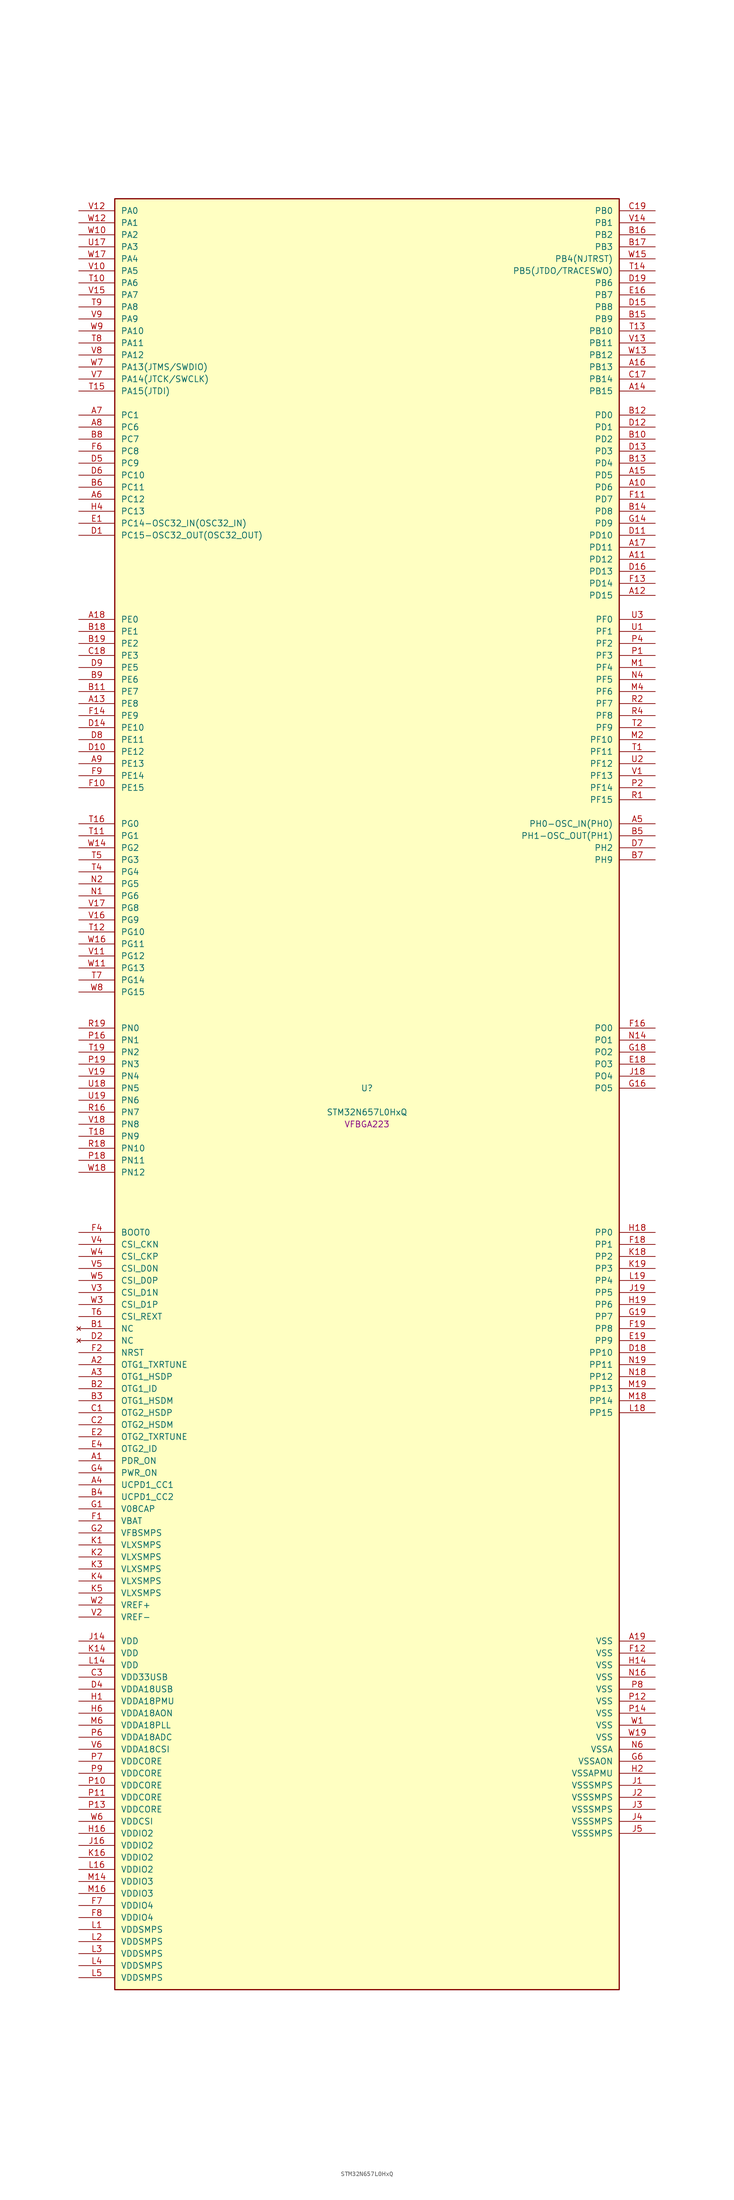
<source format=kicad_sym>
(kicad_symbol_lib
  (version 20241209)
  (generator "stm32_pkl_generator")
  (generator_version "1.0")
  (symbol "STM32N657L0HxQ"
    (pin_names
      (offset 1.27))
    (property "Reference" "U"
      (at 0 2.54 0))
    (property "Value" "STM32N657L0HxQ"
      (at 0 -2.54 0))
    (property "Footprint" "VFBGA223"
      (at 0 -5.08 0))
    (symbol "STM32N657L0HxQ_1_1"
      (rectangle (start -53.34 190.5) (end 53.34 -187.96) (stroke (width 0.254) (type solid)) (fill (type background)))
      (pin bidirectional line (at -60.96 187.96 0) (length 7.62) (name "PA0") (number "V12") (alternate "PA0/ADC1_INN1" bidirectional line) (alternate "PA0/ADC1_INP0" bidirectional line) (alternate "PA0/ADC2_INN1" bidirectional line) (alternate "PA0/ADC2_INP0" bidirectional line) (alternate "PA0/FMC_D7" bidirectional line) (alternate "PA0/FMC_DA7" bidirectional line) (alternate "PA0/HDP_HDP0" bidirectional line) (alternate "PA0/I2S6_WS" bidirectional line) (alternate "PA0/LTDC_G3" bidirectional line) (alternate "PA0/PWR_WKUP1" bidirectional line) (alternate "PA0/SAI2_SD_B" bidirectional line) (alternate "PA0/SDMMC2_CMD" bidirectional line) (alternate "PA0/SPI6_NSS" bidirectional line) (alternate "PA0/TIM15_BKIN" bidirectional line) (alternate "PA0/TIM2_CH1" bidirectional line) (alternate "PA0/TIM5_CH1" bidirectional line) (alternate "PA0/TIM9_CH1" bidirectional line) (alternate "PA0/UART4_TX" bidirectional line) (alternate "PA0/USART2_CTS" bidirectional line) (alternate "PA0/USART2_NSS" bidirectional line))
      (pin bidirectional line (at -60.96 185.42 0) (length 7.62) (name "PA1") (number "W12") (alternate "PA1/ADC1_INP1" bidirectional line) (alternate "PA1/ADC2_INP1" bidirectional line) (alternate "PA1/DCMIPP_D0" bidirectional line) (alternate "PA1/DCMI_D0" bidirectional line) (alternate "PA1/FMC_D6" bidirectional line) (alternate "PA1/FMC_DA6" bidirectional line) (alternate "PA1/HDP_HDP1" bidirectional line) (alternate "PA1/LPTIM3_IN1" bidirectional line) (alternate "PA1/LTDC_G2" bidirectional line) (alternate "PA1/PSSI_D0" bidirectional line) (alternate "PA1/SAI2_MCLK_B" bidirectional line) (alternate "PA1/TIM15_CH1N" bidirectional line) (alternate "PA1/TIM2_CH2" bidirectional line) (alternate "PA1/TIM5_CH2" bidirectional line) (alternate "PA1/UART4_RX" bidirectional line) (alternate "PA1/USART2_RTS" bidirectional line))
      (pin bidirectional line (at -60.96 182.88 0) (length 7.62) (name "PA2") (number "W10") (alternate "PA2/ADC1_INP14" bidirectional line) (alternate "PA2/ADC2_INP14" bidirectional line) (alternate "PA2/FMC_D5" bidirectional line) (alternate "PA2/FMC_DA5" bidirectional line) (alternate "PA2/HDP_HDP2" bidirectional line) (alternate "PA2/LPTIM3_IN2" bidirectional line) (alternate "PA2/LTDC_B7" bidirectional line) (alternate "PA2/MDIOS_MDIO" bidirectional line) (alternate "PA2/PWR_WKUP2" bidirectional line) (alternate "PA2/SAI2_SCK_B" bidirectional line) (alternate "PA2/TIM15_CH1" bidirectional line) (alternate "PA2/TIM2_CH3" bidirectional line) (alternate "PA2/TIM5_CH3" bidirectional line) (alternate "PA2/USART2_TX" bidirectional line))
      (pin bidirectional line (at -60.96 180.34 0) (length 7.62) (name "PA3") (number "U17") (alternate "PA3/FMC_A17" bidirectional line) (alternate "PA3/FMC_ALE" bidirectional line) (alternate "PA3/SAI1_SD_B" bidirectional line) (alternate "PA3/SPI5_NSS" bidirectional line) (alternate "PA3/TIM16_CH1" bidirectional line) (alternate "PA3/UART7_RX" bidirectional line))
      (pin bidirectional line (at -60.96 177.8 0) (length 7.62) (name "PA4") (number "W17") (alternate "PA4/DCMIPP_D3" bidirectional line) (alternate "PA4/DCMI_D3" bidirectional line) (alternate "PA4/FMC_A13" bidirectional line) (alternate "PA4/PSSI_D3" bidirectional line) (alternate "PA4/SPI5_MOSI" bidirectional line) (alternate "PA4/USART6_RX" bidirectional line))
      (pin bidirectional line (at -60.96 175.26 0) (length 7.62) (name "PA5") (number "V10") (alternate "PA5/ADC2_INP18" bidirectional line) (alternate "PA5/DCMIPP_D8" bidirectional line) (alternate "PA5/DCMI_D8" bidirectional line) (alternate "PA5/FMC_NOE" bidirectional line) (alternate "PA5/HDP_HDP5" bidirectional line) (alternate "PA5/I2S1_CK" bidirectional line) (alternate "PA5/I2S6_CK" bidirectional line) (alternate "PA5/I3C1_SCL" bidirectional line) (alternate "PA5/LTDC_CLK" bidirectional line) (alternate "PA5/PSSI_D8" bidirectional line) (alternate "PA5/PWR_CSTOP" bidirectional line) (alternate "PA5/SPI1_SCK" bidirectional line) (alternate "PA5/SPI6_SCK" bidirectional line) (alternate "PA5/TIM10_CH1" bidirectional line) (alternate "PA5/TIM2_CH1" bidirectional line) (alternate "PA5/TIM2_ETR" bidirectional line) (alternate "PA5/TIM9_CH2" bidirectional line))
      (pin bidirectional line (at -60.96 172.72 0) (length 7.62) (name "PA6") (number "T10") (alternate "PA6/ADC1_INP3" bidirectional line) (alternate "PA6/ADC2_INP3" bidirectional line) (alternate "PA6/BOOT1" bidirectional line) (alternate "PA6/DCMIPP_PIXCLK" bidirectional line) (alternate "PA6/DCMI_PIXCLK" bidirectional line) (alternate "PA6/HDP_HDP6" bidirectional line) (alternate "PA6/I2S1_SDI" bidirectional line) (alternate "PA6/I2S6_SDI" bidirectional line) (alternate "PA6/I3C1_SDA" bidirectional line) (alternate "PA6/LPTIM3_ETR" bidirectional line) (alternate "PA6/LTDC_B7" bidirectional line) (alternate "PA6/LTDC_HSYNC" bidirectional line) (alternate "PA6/MDIOS_MDC" bidirectional line) (alternate "PA6/PSSI_PDCK" bidirectional line) (alternate "PA6/SPI1_MISO" bidirectional line) (alternate "PA6/SPI6_MISO" bidirectional line) (alternate "PA6/TIM13_CH1" bidirectional line) (alternate "PA6/TIM1_BKIN" bidirectional line) (alternate "PA6/TIM3_CH1" bidirectional line))
      (pin bidirectional line (at -60.96 170.18 0) (length 7.62) (name "PA7") (number "V15") (alternate "PA7/HDP_HDP7" bidirectional line) (alternate "PA7/I2S1_SDO" bidirectional line) (alternate "PA7/I2S6_SDO" bidirectional line) (alternate "PA7/LTDC_B1" bidirectional line) (alternate "PA7/LTDC_R4" bidirectional line) (alternate "PA7/SPI1_MOSI" bidirectional line) (alternate "PA7/SPI6_MOSI" bidirectional line) (alternate "PA7/TIM14_CH1" bidirectional line) (alternate "PA7/TIM1_CH1N" bidirectional line) (alternate "PA7/TIM3_CH2" bidirectional line) (alternate "PA7/USART1_RX" bidirectional line))
      (pin bidirectional line (at -60.96 167.64 0) (length 7.62) (name "PA8") (number "T9") (alternate "PA8/ADC1_INP5" bidirectional line) (alternate "PA8/ADC2_INP5" bidirectional line) (alternate "PA8/FMC_D4" bidirectional line) (alternate "PA8/FMC_DA4" bidirectional line) (alternate "PA8/HDP_HDP0" bidirectional line) (alternate "PA8/I2C3_SCL" bidirectional line) (alternate "PA8/I3C2_SCL" bidirectional line) (alternate "PA8/LTDC_B6" bidirectional line) (alternate "PA8/RCC_MCO_1" bidirectional line) (alternate "PA8/TIM11_CH1" bidirectional line) (alternate "PA8/TIM1_CH1" bidirectional line) (alternate "PA8/UART7_RX" bidirectional line) (alternate "PA8/USART1_CK" bidirectional line))
      (pin bidirectional line (at -60.96 165.1 0) (length 7.62) (name "PA9") (number "V9") (alternate "PA9/ADC1_INP10" bidirectional line) (alternate "PA9/ADC2_INP10" bidirectional line) (alternate "PA9/DCMIPP_D0" bidirectional line) (alternate "PA9/DCMI_D0" bidirectional line) (alternate "PA9/FMC_D3" bidirectional line) (alternate "PA9/FMC_DA3" bidirectional line) (alternate "PA9/HDP_HDP1" bidirectional line) (alternate "PA9/I2C3_SDA" bidirectional line) (alternate "PA9/I2S2_CK" bidirectional line) (alternate "PA9/I3C2_SDA" bidirectional line) (alternate "PA9/LPUART1_TX" bidirectional line) (alternate "PA9/LTDC_B5" bidirectional line) (alternate "PA9/PSSI_D0" bidirectional line) (alternate "PA9/SPI2_SCK" bidirectional line) (alternate "PA9/TIM1_CH2" bidirectional line) (alternate "PA9/USART1_TX" bidirectional line))
      (pin bidirectional line (at -60.96 162.56 0) (length 7.62) (name "PA10") (number "W9") (alternate "PA10/ADC1_INN10" bidirectional line) (alternate "PA10/ADC1_INP11" bidirectional line) (alternate "PA10/ADC2_INN10" bidirectional line) (alternate "PA10/ADC2_INP11" bidirectional line) (alternate "PA10/DCMIPP_D1" bidirectional line) (alternate "PA10/DCMI_D1" bidirectional line) (alternate "PA10/FMC_D2" bidirectional line) (alternate "PA10/FMC_DA2" bidirectional line) (alternate "PA10/HDP_HDP2" bidirectional line) (alternate "PA10/LPUART1_RX" bidirectional line) (alternate "PA10/LTDC_B4" bidirectional line) (alternate "PA10/MDIOS_MDIO" bidirectional line) (alternate "PA10/PSSI_D1" bidirectional line) (alternate "PA10/PWR_CSLEEP" bidirectional line) (alternate "PA10/TIM1_CH3" bidirectional line) (alternate "PA10/USART1_RX" bidirectional line))
      (pin bidirectional line (at -60.96 160.02 0) (length 7.62) (name "PA11") (number "T8") (alternate "PA11/ADC1_EXTI11" bidirectional line) (alternate "PA11/ADC1_INN11" bidirectional line) (alternate "PA11/ADC1_INP12" bidirectional line) (alternate "PA11/ADC2_EXTI11" bidirectional line) (alternate "PA11/ADC2_INN11" bidirectional line) (alternate "PA11/ADC2_INP12" bidirectional line) (alternate "PA11/FDCAN1_RX" bidirectional line) (alternate "PA11/FMC_D1" bidirectional line) (alternate "PA11/FMC_DA1" bidirectional line) (alternate "PA11/HDP_HDP3" bidirectional line) (alternate "PA11/I2S2_WS" bidirectional line) (alternate "PA11/LPUART1_CTS" bidirectional line) (alternate "PA11/LTDC_B3" bidirectional line) (alternate "PA11/SPI2_NSS" bidirectional line) (alternate "PA11/TIM1_CH4" bidirectional line) (alternate "PA11/UART4_RX" bidirectional line) (alternate "PA11/USART1_CTS" bidirectional line) (alternate "PA11/USART1_NSS" bidirectional line))
      (pin bidirectional line (at -60.96 157.48 0) (length 7.62) (name "PA12") (number "V8") (alternate "PA12/ADC1_INN12" bidirectional line) (alternate "PA12/ADC1_INP13" bidirectional line) (alternate "PA12/ADC2_INN12" bidirectional line) (alternate "PA12/ADC2_INP13" bidirectional line) (alternate "PA12/FDCAN1_TX" bidirectional line) (alternate "PA12/FMC_D0" bidirectional line) (alternate "PA12/FMC_DA0" bidirectional line) (alternate "PA12/HDP_HDP4" bidirectional line) (alternate "PA12/I2S2_CK" bidirectional line) (alternate "PA12/LPUART1_RTS" bidirectional line) (alternate "PA12/LTDC_B2" bidirectional line) (alternate "PA12/SAI2_FS_B" bidirectional line) (alternate "PA12/SPI2_SCK" bidirectional line) (alternate "PA12/TIM1_ETR" bidirectional line) (alternate "PA12/UART4_TX" bidirectional line) (alternate "PA12/USART1_RTS" bidirectional line))
      (pin bidirectional line (at -60.96 154.94 0) (length 7.62) (name "PA13(JTMS/SWDIO)") (number "W7") (alternate "PA13(JTMS/SWDIO)/DEBUG_JTMS-SWDIO" bidirectional line) (alternate "PA13(JTMS/SWDIO)/HDP_HDP5" bidirectional line))
      (pin bidirectional line (at -60.96 152.4 0) (length 7.62) (name "PA14(JTCK/SWCLK)") (number "V7") (alternate "PA14(JTCK/SWCLK)/DEBUG_JTCK-SWCLK" bidirectional line) (alternate "PA14(JTCK/SWCLK)/HDP_HDP6" bidirectional line))
      (pin bidirectional line (at -60.96 149.86 0) (length 7.62) (name "PA15(JTDI)") (number "T15") (alternate "PA15(JTDI)/ADC1_EXTI15" bidirectional line) (alternate "PA15(JTDI)/ADC2_EXTI15" bidirectional line) (alternate "PA15(JTDI)/DEBUG_JTDI" bidirectional line) (alternate "PA15(JTDI)/FMC_D15" bidirectional line) (alternate "PA15(JTDI)/FMC_DA15" bidirectional line) (alternate "PA15(JTDI)/HDP_HDP7" bidirectional line) (alternate "PA15(JTDI)/I2S1_WS" bidirectional line) (alternate "PA15(JTDI)/I2S3_WS" bidirectional line) (alternate "PA15(JTDI)/I2S6_WS" bidirectional line) (alternate "PA15(JTDI)/LTDC_R5" bidirectional line) (alternate "PA15(JTDI)/SPI1_NSS" bidirectional line) (alternate "PA15(JTDI)/SPI3_NSS" bidirectional line) (alternate "PA15(JTDI)/SPI6_NSS" bidirectional line) (alternate "PA15(JTDI)/TIM2_CH1" bidirectional line) (alternate "PA15(JTDI)/TIM2_ETR" bidirectional line) (alternate "PA15(JTDI)/UART4_DE" bidirectional line) (alternate "PA15(JTDI)/UART4_RTS" bidirectional line) (alternate "PA15(JTDI)/UART7_TX" bidirectional line))
      (pin bidirectional line (at 60.96 187.96 180) (length 7.62) (name "PB0") (number "C19") (alternate "PB0/ADF1_SDI0" bidirectional line) (alternate "PB0/DCMIPP_D4" bidirectional line) (alternate "PB0/DCMI_D4" bidirectional line) (alternate "PB0/DEBUG_TRACED1" bidirectional line) (alternate "PB0/FMC_D13" bidirectional line) (alternate "PB0/FMC_DA13" bidirectional line) (alternate "PB0/MDF1_SDI2" bidirectional line) (alternate "PB0/PSSI_D4" bidirectional line) (alternate "PB0/SAI1_D2" bidirectional line) (alternate "PB0/SAI1_FS_A" bidirectional line) (alternate "PB0/SPI4_NSS" bidirectional line) (alternate "PB0/TIM15_CH1N" bidirectional line) (alternate "PB0/TIM1_CH4" bidirectional line))
      (pin bidirectional line (at 60.96 185.42 180) (length 7.62) (name "PB1") (number "V14") (alternate "PB1/FDCAN2_TX" bidirectional line) (alternate "PB1/FMC_NOE" bidirectional line) (alternate "PB1/HDP_HDP1" bidirectional line) (alternate "PB1/LTDC_R1" bidirectional line) (alternate "PB1/TIM1_CH3N" bidirectional line) (alternate "PB1/TIM3_CH4" bidirectional line) (alternate "PB1/TIM9_CH2" bidirectional line) (alternate "PB1/USART2_TX" bidirectional line))
      (pin bidirectional line (at 60.96 182.88 180) (length 7.62) (name "PB2") (number "B16") (alternate "PB2/ADF1_SDI0" bidirectional line) (alternate "PB2/FMC_D2" bidirectional line) (alternate "PB2/FMC_DA2" bidirectional line) (alternate "PB2/HDP_HDP2" bidirectional line) (alternate "PB2/I2S3_SDO" bidirectional line) (alternate "PB2/LTDC_B2" bidirectional line) (alternate "PB2/MDF1_SDI1" bidirectional line) (alternate "PB2/RTC_OUT2" bidirectional line) (alternate "PB2/SAI1_D1" bidirectional line) (alternate "PB2/SAI1_SD_A" bidirectional line) (alternate "PB2/SPI3_MOSI" bidirectional line) (alternate "PB2/TIM1_CH1" bidirectional line))
      (pin bidirectional line (at 60.96 180.34 180) (length 7.62) (name "PB3") (number "B17") (alternate "PB3/DEBUG_JTDO-SWO" bidirectional line) (alternate "PB3/DEBUG_TRACECLK" bidirectional line) (alternate "PB3/FMC_A23" bidirectional line) (alternate "PB3/FMC_NBL1" bidirectional line) (alternate "PB3/GFXTIM_FCKCAL" bidirectional line) (alternate "PB3/GFXTIM_LCKCAL" bidirectional line) (alternate "PB3/HDP_HDP0" bidirectional line) (alternate "PB3/MDF1_CKI1" bidirectional line) (alternate "PB3/SAI2_FS_B" bidirectional line) (alternate "PB3/TIM1_CH4N" bidirectional line) (alternate "PB3/USART1_CK" bidirectional line))
      (pin bidirectional line (at 60.96 177.8 180) (length 7.62) (name "PB4(NJTRST)") (number "W15") (alternate "PB4(NJTRST)/DCMIPP_VSYNC" bidirectional line) (alternate "PB4(NJTRST)/DCMI_VSYNC" bidirectional line) (alternate "PB4(NJTRST)/DEBUG_NJTRST" bidirectional line) (alternate "PB4(NJTRST)/FMC_D13" bidirectional line) (alternate "PB4(NJTRST)/FMC_DA13" bidirectional line) (alternate "PB4(NJTRST)/HDP_HDP4" bidirectional line) (alternate "PB4(NJTRST)/I2S1_SDI" bidirectional line) (alternate "PB4(NJTRST)/I2S2_WS" bidirectional line) (alternate "PB4(NJTRST)/I2S3_SDI" bidirectional line) (alternate "PB4(NJTRST)/I2S6_SDI" bidirectional line) (alternate "PB4(NJTRST)/LTDC_R3" bidirectional line) (alternate "PB4(NJTRST)/PSSI_RDY" bidirectional line) (alternate "PB4(NJTRST)/SDMMC2_D3" bidirectional line) (alternate "PB4(NJTRST)/SPI1_MISO" bidirectional line) (alternate "PB4(NJTRST)/SPI2_NSS" bidirectional line) (alternate "PB4(NJTRST)/SPI3_MISO" bidirectional line) (alternate "PB4(NJTRST)/SPI6_MISO" bidirectional line) (alternate "PB4(NJTRST)/TIM16_BKIN" bidirectional line) (alternate "PB4(NJTRST)/TIM3_CH1" bidirectional line) (alternate "PB4(NJTRST)/UART7_TX" bidirectional line))
      (pin bidirectional line (at 60.96 175.26 180) (length 7.62) (name "PB5(JTDO/TRACESWO)") (number "T14") (alternate "PB5(JTDO/TRACESWO)/DCMIPP_D10" bidirectional line) (alternate "PB5(JTDO/TRACESWO)/DCMI_D10" bidirectional line) (alternate "PB5(JTDO/TRACESWO)/DEBUG_JTDO-SWO" bidirectional line) (alternate "PB5(JTDO/TRACESWO)/FDCAN2_RX" bidirectional line) (alternate "PB5(JTDO/TRACESWO)/FMC_D12" bidirectional line) (alternate "PB5(JTDO/TRACESWO)/FMC_DA12" bidirectional line) (alternate "PB5(JTDO/TRACESWO)/HDP_HDP5" bidirectional line) (alternate "PB5(JTDO/TRACESWO)/I2C1_SMBA" bidirectional line) (alternate "PB5(JTDO/TRACESWO)/I2S1_SDO" bidirectional line) (alternate "PB5(JTDO/TRACESWO)/I2S3_SDO" bidirectional line) (alternate "PB5(JTDO/TRACESWO)/I2S6_SDO" bidirectional line) (alternate "PB5(JTDO/TRACESWO)/LTDC_R2" bidirectional line) (alternate "PB5(JTDO/TRACESWO)/PSSI_D10" bidirectional line) (alternate "PB5(JTDO/TRACESWO)/SPI1_MOSI" bidirectional line) (alternate "PB5(JTDO/TRACESWO)/SPI3_MOSI" bidirectional line) (alternate "PB5(JTDO/TRACESWO)/SPI6_MOSI" bidirectional line) (alternate "PB5(JTDO/TRACESWO)/TIM17_BKIN" bidirectional line) (alternate "PB5(JTDO/TRACESWO)/TIM3_CH2" bidirectional line) (alternate "PB5(JTDO/TRACESWO)/UART5_RX" bidirectional line))
      (pin bidirectional line (at 60.96 172.72 180) (length 7.62) (name "PB6") (number "D19") (alternate "PB6/ADF1_CCK1" bidirectional line) (alternate "PB6/DCMIPP_D6" bidirectional line) (alternate "PB6/DCMI_D6" bidirectional line) (alternate "PB6/DEBUG_TRACED2" bidirectional line) (alternate "PB6/FMC_D14" bidirectional line) (alternate "PB6/FMC_DA14" bidirectional line) (alternate "PB6/MDF1_CCK1" bidirectional line) (alternate "PB6/PSSI_D6" bidirectional line) (alternate "PB6/SAI1_CK2" bidirectional line) (alternate "PB6/SAI1_SCK_A" bidirectional line) (alternate "PB6/SPI4_MISO" bidirectional line) (alternate "PB6/TIM15_CH1" bidirectional line))
      (pin bidirectional line (at 60.96 170.18 180) (length 7.62) (name "PB7") (number "E16") (alternate "PB7/ADF1_SDI0" bidirectional line) (alternate "PB7/DCMIPP_D7" bidirectional line) (alternate "PB7/DCMI_D7" bidirectional line) (alternate "PB7/DEBUG_TRACED3" bidirectional line) (alternate "PB7/FMC_D15" bidirectional line) (alternate "PB7/FMC_DA15" bidirectional line) (alternate "PB7/MDF1_SDI1" bidirectional line) (alternate "PB7/PSSI_D7" bidirectional line) (alternate "PB7/SAI1_D1" bidirectional line) (alternate "PB7/SAI1_SD_A" bidirectional line) (alternate "PB7/SAI2_MCLK_B" bidirectional line) (alternate "PB7/SPI4_MOSI" bidirectional line) (alternate "PB7/TIM15_CH2" bidirectional line) (alternate "PB7/TIM1_BKIN2" bidirectional line))
      (pin bidirectional line (at 60.96 167.64 180) (length 7.62) (name "PB8") (number "D15") (alternate "PB8/DCMIPP_VSYNC" bidirectional line) (alternate "PB8/DCMI_VSYNC" bidirectional line) (alternate "PB8/FMC_D1" bidirectional line) (alternate "PB8/FMC_DA1" bidirectional line) (alternate "PB8/I2S1_SDI" bidirectional line) (alternate "PB8/PSSI_RDY" bidirectional line) (alternate "PB8/SAI2_FS_B" bidirectional line) (alternate "PB8/SDMMC2_D0" bidirectional line) (alternate "PB8/SPDIFRX1_IN3" bidirectional line) (alternate "PB8/SPI1_MISO" bidirectional line) (alternate "PB8/USART6_RX" bidirectional line))
      (pin bidirectional line (at 60.96 165.1 180) (length 7.62) (name "PB9") (number "B15") (alternate "PB9/DCMIPP_D3" bidirectional line) (alternate "PB9/DCMI_D3" bidirectional line) (alternate "PB9/FMC_D3" bidirectional line) (alternate "PB9/FMC_DA3" bidirectional line) (alternate "PB9/I2S1_CK" bidirectional line) (alternate "PB9/LPTIM1_IN2" bidirectional line) (alternate "PB9/PSSI_D3" bidirectional line) (alternate "PB9/SDMMC2_D2" bidirectional line) (alternate "PB9/SPDIFRX1_IN0" bidirectional line) (alternate "PB9/SPI1_SCK" bidirectional line) (alternate "PB9/USART10_TX" bidirectional line))
      (pin bidirectional line (at 60.96 162.56 180) (length 7.62) (name "PB10") (number "T13") (alternate "PB10/ADC1_INN4" bidirectional line) (alternate "PB10/ADC1_INP8" bidirectional line) (alternate "PB10/ADC2_INN4" bidirectional line) (alternate "PB10/ADC2_INP8" bidirectional line) (alternate "PB10/FMC_D11" bidirectional line) (alternate "PB10/FMC_DA11" bidirectional line) (alternate "PB10/HDP_HDP2" bidirectional line) (alternate "PB10/I2C2_SCL" bidirectional line) (alternate "PB10/I2S2_CK" bidirectional line) (alternate "PB10/I3C2_SCL" bidirectional line) (alternate "PB10/LPTIM2_IN1" bidirectional line) (alternate "PB10/LTDC_G7" bidirectional line) (alternate "PB10/SPI2_SCK" bidirectional line) (alternate "PB10/TIM2_CH3" bidirectional line) (alternate "PB10/USART3_TX" bidirectional line))
      (pin bidirectional line (at 60.96 160.02 180) (length 7.62) (name "PB11") (number "V13") (alternate "PB11/ADC1_EXTI11" bidirectional line) (alternate "PB11/ADC1_INP4" bidirectional line) (alternate "PB11/ADC2_EXTI11" bidirectional line) (alternate "PB11/ADC2_INP4" bidirectional line) (alternate "PB11/FMC_D10" bidirectional line) (alternate "PB11/FMC_DA10" bidirectional line) (alternate "PB11/HDP_HDP3" bidirectional line) (alternate "PB11/I2C2_SDA" bidirectional line) (alternate "PB11/I3C2_SDA" bidirectional line) (alternate "PB11/LPTIM2_ETR" bidirectional line) (alternate "PB11/LTDC_G6" bidirectional line) (alternate "PB11/TIM2_CH4" bidirectional line) (alternate "PB11/USART3_RX" bidirectional line))
      (pin bidirectional line (at 60.96 157.48 180) (length 7.62) (name "PB12") (number "W13") (alternate "PB12/FDCAN2_RX" bidirectional line) (alternate "PB12/FMC_D9" bidirectional line) (alternate "PB12/FMC_DA9" bidirectional line) (alternate "PB12/HDP_HDP4" bidirectional line) (alternate "PB12/I2C2_SMBA" bidirectional line) (alternate "PB12/I2S2_WS" bidirectional line) (alternate "PB12/LPTIM2_IN2" bidirectional line) (alternate "PB12/LTDC_G5" bidirectional line) (alternate "PB12/SPI2_NSS" bidirectional line) (alternate "PB12/TIM1_BKIN" bidirectional line) (alternate "PB12/UART5_RX" bidirectional line) (alternate "PB12/USART3_CK" bidirectional line))
      (pin bidirectional line (at 60.96 154.94 180) (length 7.62) (name "PB13") (number "A16") (alternate "PB13/DEBUG_TRACED0" bidirectional line) (alternate "PB13/FMC_D5" bidirectional line) (alternate "PB13/FMC_DA5" bidirectional line) (alternate "PB13/I2S6_CK" bidirectional line) (alternate "PB13/LPTIM1_CH1" bidirectional line) (alternate "PB13/LTDC_CLK" bidirectional line) (alternate "PB13/SDMMC2_D6" bidirectional line) (alternate "PB13/SPI6_SCK" bidirectional line) (alternate "PB13/USART10_CTS" bidirectional line) (alternate "PB13/USART10_NSS" bidirectional line) (alternate "PB13/USART6_CTS" bidirectional line) (alternate "PB13/USART6_NSS" bidirectional line))
      (pin bidirectional line (at 60.96 152.4 180) (length 7.62) (name "PB14") (number "C17") (alternate "PB14/DCMIPP_D10" bidirectional line) (alternate "PB14/DCMI_D10" bidirectional line) (alternate "PB14/FMC_D7" bidirectional line) (alternate "PB14/FMC_DA7" bidirectional line) (alternate "PB14/LPTIM1_CH2" bidirectional line) (alternate "PB14/LTDC_HSYNC" bidirectional line) (alternate "PB14/PSSI_D10" bidirectional line) (alternate "PB14/USART10_CK" bidirectional line) (alternate "PB14/USART6_CTS" bidirectional line) (alternate "PB14/USART6_NSS" bidirectional line))
      (pin bidirectional line (at 60.96 149.86 180) (length 7.62) (name "PB15") (number "A14") (alternate "PB15/ADC1_EXTI15" bidirectional line) (alternate "PB15/ADC2_EXTI15" bidirectional line) (alternate "PB15/FMC_D0" bidirectional line) (alternate "PB15/FMC_DA0" bidirectional line) (alternate "PB15/I2S6_WS" bidirectional line) (alternate "PB15/LTDC_G4" bidirectional line) (alternate "PB15/SPDIFRX1_IN2" bidirectional line) (alternate "PB15/SPI6_NSS" bidirectional line) (alternate "PB15/USART6_RTS" bidirectional line))
      (pin bidirectional line (at -60.96 144.78 0) (length 7.62) (name "PC1") (number "A7") (alternate "PC1/DCMIPP_D7" bidirectional line) (alternate "PC1/DCMI_D7" bidirectional line) (alternate "PC1/FDCAN1_TX" bidirectional line) (alternate "PC1/HDP_HDP1" bidirectional line) (alternate "PC1/I2C1_SDA" bidirectional line) (alternate "PC1/I2S2_WS" bidirectional line) (alternate "PC1/I3C1_SDA" bidirectional line) (alternate "PC1/PSSI_D7" bidirectional line) (alternate "PC1/SDMMC1_CDIR" bidirectional line) (alternate "PC1/SDMMC1_D5" bidirectional line) (alternate "PC1/SDMMC2_D5" bidirectional line) (alternate "PC1/SPI2_NSS" bidirectional line) (alternate "PC1/TIM17_CH1" bidirectional line) (alternate "PC1/TIM4_CH4" bidirectional line) (alternate "PC1/UART4_TX" bidirectional line))
      (pin bidirectional line (at -60.96 142.24 0) (length 7.62) (name "PC6") (number "A8") (alternate "PC6/DCMIPP_D1" bidirectional line) (alternate "PC6/DCMI_D1" bidirectional line) (alternate "PC6/HDP_HDP6" bidirectional line) (alternate "PC6/I2S2_MCK" bidirectional line) (alternate "PC6/PSSI_D1" bidirectional line) (alternate "PC6/SDMMC1_D0DIR" bidirectional line) (alternate "PC6/SDMMC1_D6" bidirectional line) (alternate "PC6/SDMMC2_D6" bidirectional line) (alternate "PC6/TIM1_CH1" bidirectional line) (alternate "PC6/TIM3_CH1" bidirectional line) (alternate "PC6/TIM9_CH1" bidirectional line) (alternate "PC6/USART6_TX" bidirectional line))
      (pin bidirectional line (at -60.96 139.7 0) (length 7.62) (name "PC7") (number "B8") (alternate "PC7/DCMIPP_D1" bidirectional line) (alternate "PC7/DCMI_D1" bidirectional line) (alternate "PC7/DEBUG_TRGIO" bidirectional line) (alternate "PC7/HDP_HDP7" bidirectional line) (alternate "PC7/I2S3_MCK" bidirectional line) (alternate "PC7/PSSI_D1" bidirectional line) (alternate "PC7/SDMMC1_D123DIR" bidirectional line) (alternate "PC7/SDMMC1_D7" bidirectional line) (alternate "PC7/SDMMC2_D7" bidirectional line) (alternate "PC7/TIM16_CH1N" bidirectional line) (alternate "PC7/TIM3_CH2" bidirectional line) (alternate "PC7/TIM9_CH2" bidirectional line) (alternate "PC7/USART6_RX" bidirectional line))
      (pin bidirectional line (at -60.96 137.16 0) (length 7.62) (name "PC8") (number "F6") (alternate "PC8/DCMIPP_D2" bidirectional line) (alternate "PC8/DCMI_D2" bidirectional line) (alternate "PC8/DEBUG_TRACED1" bidirectional line) (alternate "PC8/FMC_NE4" bidirectional line) (alternate "PC8/HDP_HDP0" bidirectional line) (alternate "PC8/I2C3_SMBA" bidirectional line) (alternate "PC8/LTDC_B0" bidirectional line) (alternate "PC8/PSSI_D2" bidirectional line) (alternate "PC8/SDMMC1_D0" bidirectional line) (alternate "PC8/TIM3_CH3" bidirectional line) (alternate "PC8/UART5_DE" bidirectional line) (alternate "PC8/UART5_RTS" bidirectional line) (alternate "PC8/UCPD1_FRSTX1" bidirectional line) (alternate "PC8/USART6_CK" bidirectional line))
      (pin bidirectional line (at -60.96 134.62 0) (length 7.62) (name "PC9") (number "D5") (alternate "PC9/AUDIOCLK" bidirectional line) (alternate "PC9/DCMIPP_D3" bidirectional line) (alternate "PC9/DCMI_D3" bidirectional line) (alternate "PC9/HDP_HDP1" bidirectional line) (alternate "PC9/I2C3_SDA" bidirectional line) (alternate "PC9/LTDC_B3" bidirectional line) (alternate "PC9/PSSI_D3" bidirectional line) (alternate "PC9/RCC_MCO_2" bidirectional line) (alternate "PC9/SDMMC1_D1" bidirectional line) (alternate "PC9/TIM3_CH4" bidirectional line) (alternate "PC9/UART5_CTS" bidirectional line) (alternate "PC9/UCPD1_FRSTX2" bidirectional line) (alternate "PC9/USART6_RX" bidirectional line))
      (pin bidirectional line (at -60.96 132.08 0) (length 7.62) (name "PC10") (number "D6") (alternate "PC10/DCMIPP_D14" bidirectional line) (alternate "PC10/FMC_CLK" bidirectional line) (alternate "PC10/HDP_HDP2" bidirectional line) (alternate "PC10/I2C4_SCL" bidirectional line) (alternate "PC10/I2S3_CK" bidirectional line) (alternate "PC10/I3C2_SCL" bidirectional line) (alternate "PC10/PSSI_D14" bidirectional line) (alternate "PC10/SDMMC1_D2" bidirectional line) (alternate "PC10/SPI3_SCK" bidirectional line) (alternate "PC10/TIM1_BKIN" bidirectional line) (alternate "PC10/UART4_TX" bidirectional line) (alternate "PC10/USART3_TX" bidirectional line))
      (pin bidirectional line (at -60.96 129.54 0) (length 7.62) (name "PC11") (number "B6") (alternate "PC11/ADC1_EXTI11" bidirectional line) (alternate "PC11/ADC2_EXTI11" bidirectional line) (alternate "PC11/DCMIPP_D4" bidirectional line) (alternate "PC11/DCMI_D4" bidirectional line) (alternate "PC11/HDP_HDP3" bidirectional line) (alternate "PC11/I2C4_SDA" bidirectional line) (alternate "PC11/I2S3_SDI" bidirectional line) (alternate "PC11/I3C2_SDA" bidirectional line) (alternate "PC11/PSSI_D4" bidirectional line) (alternate "PC11/SDMMC1_D3" bidirectional line) (alternate "PC11/SPI3_MISO" bidirectional line) (alternate "PC11/UART4_RX" bidirectional line) (alternate "PC11/USART3_RX" bidirectional line))
      (pin bidirectional line (at -60.96 127 0) (length 7.62) (name "PC12") (number "A6") (alternate "PC12/DCMIPP_D9" bidirectional line) (alternate "PC12/DCMI_D9" bidirectional line) (alternate "PC12/DEBUG_TRACED3" bidirectional line) (alternate "PC12/FMC_NL" bidirectional line) (alternate "PC12/HDP_HDP4" bidirectional line) (alternate "PC12/I2S3_SDO" bidirectional line) (alternate "PC12/I2S6_CK" bidirectional line) (alternate "PC12/PSSI_D9" bidirectional line) (alternate "PC12/SDMMC1_CK" bidirectional line) (alternate "PC12/SPI3_MOSI" bidirectional line) (alternate "PC12/SPI6_SCK" bidirectional line) (alternate "PC12/TIM15_CH1" bidirectional line) (alternate "PC12/TIM1_CH4" bidirectional line) (alternate "PC12/UART5_TX" bidirectional line) (alternate "PC12/USART3_CK" bidirectional line))
      (pin bidirectional line (at -60.96 124.46 0) (length 7.62) (name "PC13") (number "H4") (alternate "PC13/HDP_HDP5" bidirectional line) (alternate "PC13/PWR_WKUP3" bidirectional line) (alternate "PC13/RTC_OUT1" bidirectional line) (alternate "PC13/RTC_TS" bidirectional line) (alternate "PC13/TAMP_IN1" bidirectional line) (alternate "PC13/TAMP_OUT2" bidirectional line))
      (pin bidirectional line (at -60.96 121.92 0) (length 7.62) (name "PC14-OSC32_IN(OSC32_IN)") (number "E1") (alternate "PC14-OSC32_IN(OSC32_IN)/RCC_OSC32_IN" bidirectional line))
      (pin bidirectional line (at -60.96 119.38 0) (length 7.62) (name "PC15-OSC32_OUT(OSC32_OUT)") (number "D1") (alternate "PC15-OSC32_OUT(OSC32_OUT)/ADC1_EXTI15" bidirectional line) (alternate "PC15-OSC32_OUT(OSC32_OUT)/ADC2_EXTI15" bidirectional line) (alternate "PC15-OSC32_OUT(OSC32_OUT)/RCC_OSC32_OUT" bidirectional line))
      (pin bidirectional line (at 60.96 144.78 180) (length 7.62) (name "PD0") (number "B12") (alternate "PD0/DCMIPP_HSYNC" bidirectional line) (alternate "PD0/DCMI_HSYNC" bidirectional line) (alternate "PD0/FDCAN1_RX" bidirectional line) (alternate "PD0/FMC_A6" bidirectional line) (alternate "PD0/FMC_A22" bidirectional line) (alternate "PD0/PSSI_DE" bidirectional line) (alternate "PD0/TIM1_ETR" bidirectional line) (alternate "PD0/UART4_RX" bidirectional line) (alternate "PD0/UART9_CTS" bidirectional line))
      (pin bidirectional line (at 60.96 142.24 180) (length 7.62) (name "PD1") (number "D12") (alternate "PD1/ETH1_MDC" bidirectional line) (alternate "PD1/FDCAN1_TX" bidirectional line) (alternate "PD1/FMC_A7" bidirectional line) (alternate "PD1/FMC_A23" bidirectional line) (alternate "PD1/UART4_TX" bidirectional line))
      (pin bidirectional line (at 60.96 139.7 180) (length 7.62) (name "PD2") (number "B10") (alternate "PD2/ADF1_SDI0" bidirectional line) (alternate "PD2/DEBUG_TRACED0" bidirectional line) (alternate "PD2/FMC_A0" bidirectional line) (alternate "PD2/FMC_A16" bidirectional line) (alternate "PD2/FMC_CLE" bidirectional line) (alternate "PD2/HDP_HDP1" bidirectional line) (alternate "PD2/I2S2_SDO" bidirectional line) (alternate "PD2/MDF1_SDI1" bidirectional line) (alternate "PD2/MDIOS_MDC" bidirectional line) (alternate "PD2/PWR_WKUP4" bidirectional line) (alternate "PD2/SAI1_D1" bidirectional line) (alternate "PD2/SAI1_SD_A" bidirectional line) (alternate "PD2/SDMMC2_CK" bidirectional line) (alternate "PD2/SPI2_MOSI" bidirectional line) (alternate "PD2/TIM15_CH1N" bidirectional line) (alternate "PD2/TIM1_CH3" bidirectional line))
      (pin bidirectional line (at 60.96 137.16 180) (length 7.62) (name "PD3") (number "D13") (alternate "PD3/DCMIPP_D14" bidirectional line) (alternate "PD3/ETH1_PHY_INTN" bidirectional line) (alternate "PD3/FMC_A10" bidirectional line) (alternate "PD3/I2C2_SMBA" bidirectional line) (alternate "PD3/PSSI_D14" bidirectional line) (alternate "PD3/USART10_RX" bidirectional line) (alternate "PD3/USART6_CTS" bidirectional line))
      (pin bidirectional line (at 60.96 134.62 180) (length 7.62) (name "PD4") (number "B13") (alternate "PD4/DCMIPP_D9" bidirectional line) (alternate "PD4/DCMI_D9" bidirectional line) (alternate "PD4/FMC_A11" bidirectional line) (alternate "PD4/I2C2_SDA" bidirectional line) (alternate "PD4/PSSI_D9" bidirectional line) (alternate "PD4/SPI5_MISO" bidirectional line) (alternate "PD4/TAMP_IN7" bidirectional line) (alternate "PD4/TAMP_OUT8" bidirectional line) (alternate "PD4/TIM1_BKIN2" bidirectional line) (alternate "PD4/USART6_RTS" bidirectional line))
      (pin bidirectional line (at 60.96 132.08 180) (length 7.62) (name "PD5") (number "A15") (alternate "PD5/DCMIPP_PIXCLK" bidirectional line) (alternate "PD5/DCMI_PIXCLK" bidirectional line) (alternate "PD5/FMC_D6" bidirectional line) (alternate "PD5/FMC_DA6" bidirectional line) (alternate "PD5/PSSI_PDCK" bidirectional line) (alternate "PD5/SDMMC2_D7" bidirectional line) (alternate "PD5/TIM1_CH4N" bidirectional line) (alternate "PD5/USART2_TX" bidirectional line))
      (pin bidirectional line (at 60.96 129.54 180) (length 7.62) (name "PD6") (number "A10") (alternate "PD6/FMC_A1" bidirectional line) (alternate "PD6/FMC_A17" bidirectional line) (alternate "PD6/FMC_ALE" bidirectional line) (alternate "PD6/HDP_HDP2" bidirectional line) (alternate "PD6/I2S2_SDI" bidirectional line) (alternate "PD6/SPI2_MISO" bidirectional line) (alternate "PD6/TIM15_CH2" bidirectional line) (alternate "PD6/TIM1_CH1" bidirectional line))
      (pin bidirectional line (at 60.96 127 180) (length 7.62) (name "PD7") (number "F11") (alternate "PD7/DCMIPP_D0" bidirectional line) (alternate "PD7/DCMI_D0" bidirectional line) (alternate "PD7/FMC_A2" bidirectional line) (alternate "PD7/FMC_A18" bidirectional line) (alternate "PD7/HDP_HDP3" bidirectional line) (alternate "PD7/I2S2_SDO" bidirectional line) (alternate "PD7/I2S3_WS" bidirectional line) (alternate "PD7/PSSI_D0" bidirectional line) (alternate "PD7/SPI2_MOSI" bidirectional line) (alternate "PD7/SPI3_NSS" bidirectional line) (alternate "PD7/TIM15_CH1N" bidirectional line) (alternate "PD7/TIM1_CH2" bidirectional line))
      (pin bidirectional line (at 60.96 124.46 180) (length 7.62) (name "PD8") (number "B14") (alternate "PD8/DCMIPP_D11" bidirectional line) (alternate "PD8/DCMI_D11" bidirectional line) (alternate "PD8/FMC_NBL0" bidirectional line) (alternate "PD8/LTDC_R7" bidirectional line) (alternate "PD8/PSSI_D11" bidirectional line) (alternate "PD8/SPDIFRX1_IN1" bidirectional line) (alternate "PD8/TAMP_IN3" bidirectional line) (alternate "PD8/TAMP_OUT4" bidirectional line) (alternate "PD8/USART3_TX" bidirectional line))
      (pin bidirectional line (at 60.96 121.92 180) (length 7.62) (name "PD9") (number "G14") (alternate "PD9/DCMIPP_D11" bidirectional line) (alternate "PD9/DCMI_D11" bidirectional line) (alternate "PD9/FMC_SDCLK" bidirectional line) (alternate "PD9/LTDC_R1" bidirectional line) (alternate "PD9/PSSI_D11" bidirectional line) (alternate "PD9/TAMP_IN5" bidirectional line) (alternate "PD9/TAMP_OUT6" bidirectional line) (alternate "PD9/USART3_RX" bidirectional line))
      (pin bidirectional line (at 60.96 119.38 180) (length 7.62) (name "PD10") (number "D11") (alternate "PD10/DEBUG_TRACECLK" bidirectional line) (alternate "PD10/FMC_A3" bidirectional line) (alternate "PD10/FMC_A19" bidirectional line) (alternate "PD10/GFXTIM_TE" bidirectional line) (alternate "PD10/HDP_HDP4" bidirectional line) (alternate "PD10/I2S1_MCK" bidirectional line) (alternate "PD10/MDF1_CKI3" bidirectional line) (alternate "PD10/SAI2_FS_B" bidirectional line) (alternate "PD10/SPDIFRX1_IN2" bidirectional line) (alternate "PD10/TIM1_ETR" bidirectional line) (alternate "PD10/UCPD1_FRSTX1" bidirectional line))
      (pin bidirectional line (at 60.96 116.84 180) (length 7.62) (name "PD11") (number "A17") (alternate "PD11/ADC1_EXTI11" bidirectional line) (alternate "PD11/ADC2_EXTI11" bidirectional line) (alternate "PD11/DCMIPP_D15" bidirectional line) (alternate "PD11/FMC_D8" bidirectional line) (alternate "PD11/FMC_DA8" bidirectional line) (alternate "PD11/I2C4_SDA" bidirectional line) (alternate "PD11/I2S2_SDI" bidirectional line) (alternate "PD11/PSSI_D15" bidirectional line) (alternate "PD11/SDMMC1_D0" bidirectional line) (alternate "PD11/SPI2_MISO" bidirectional line) (alternate "PD11/UCPD1_FRSTX1" bidirectional line))
      (pin bidirectional line (at 60.96 114.3 180) (length 7.62) (name "PD12") (number "A11") (alternate "PD12/DCMIPP_D12" bidirectional line) (alternate "PD12/DCMI_D12" bidirectional line) (alternate "PD12/ETH1_MDIO" bidirectional line) (alternate "PD12/FMC_A5" bidirectional line) (alternate "PD12/FMC_A21" bidirectional line) (alternate "PD12/HDP_HDP5" bidirectional line) (alternate "PD12/MDF1_SDI3" bidirectional line) (alternate "PD12/PSSI_D12" bidirectional line) (alternate "PD12/SAI1_D3" bidirectional line) (alternate "PD12/SPDIFRX1_IN3" bidirectional line) (alternate "PD12/UCPD1_FRSTX2" bidirectional line))
      (pin bidirectional line (at 60.96 111.76 180) (length 7.62) (name "PD13") (number "D16") (alternate "PD13/DCMIPP_D13" bidirectional line) (alternate "PD13/DCMI_D13" bidirectional line) (alternate "PD13/FMC_D4" bidirectional line) (alternate "PD13/FMC_DA4" bidirectional line) (alternate "PD13/LPTIM1_CH1" bidirectional line) (alternate "PD13/LTDC_R6" bidirectional line) (alternate "PD13/PSSI_D13" bidirectional line) (alternate "PD13/SAI2_SCK_A" bidirectional line) (alternate "PD13/TIM4_CH2" bidirectional line) (alternate "PD13/UART9_RTS" bidirectional line) (alternate "PD13/UCPD1_FRSTX2" bidirectional line))
      (pin bidirectional line (at 60.96 109.22 180) (length 7.62) (name "PD14") (number "F13") (alternate "PD14/FMC_A9" bidirectional line) (alternate "PD14/I2C2_SCL" bidirectional line) (alternate "PD14/USART10_RX" bidirectional line))
      (pin bidirectional line (at 60.96 106.68 180) (length 7.62) (name "PD15") (number "A12") (alternate "PD15/ADC1_EXTI15" bidirectional line) (alternate "PD15/ADC2_EXTI15" bidirectional line) (alternate "PD15/FMC_A8" bidirectional line) (alternate "PD15/I2C2_SDA" bidirectional line) (alternate "PD15/LTDC_R2" bidirectional line) (alternate "PD15/USART10_TX" bidirectional line))
      (pin bidirectional line (at -60.96 101.6 0) (length 7.62) (name "PE0") (number "A18") (alternate "PE0/DCMIPP_D2" bidirectional line) (alternate "PE0/DCMI_D2" bidirectional line) (alternate "PE0/FMC_D9" bidirectional line) (alternate "PE0/FMC_DA9" bidirectional line) (alternate "PE0/LPTIM1_ETR" bidirectional line) (alternate "PE0/LPTIM2_ETR" bidirectional line) (alternate "PE0/PSSI_D2" bidirectional line) (alternate "PE0/SAI2_MCLK_A" bidirectional line) (alternate "PE0/TAMP_IN6" bidirectional line) (alternate "PE0/TAMP_OUT5" bidirectional line) (alternate "PE0/TIM4_ETR" bidirectional line) (alternate "PE0/UART8_RX" bidirectional line) (alternate "PE0/USART3_RX" bidirectional line))
      (pin bidirectional line (at -60.96 99.06 0) (length 7.62) (name "PE1") (number "B18") (alternate "PE1/DCMIPP_D8" bidirectional line) (alternate "PE1/DCMI_D8" bidirectional line) (alternate "PE1/FMC_D10" bidirectional line) (alternate "PE1/FMC_DA10" bidirectional line) (alternate "PE1/LPTIM1_IN2" bidirectional line) (alternate "PE1/LPTIM2_CH2" bidirectional line) (alternate "PE1/PSSI_D8" bidirectional line) (alternate "PE1/UART8_TX" bidirectional line) (alternate "PE1/USART3_TX" bidirectional line))
      (pin bidirectional line (at -60.96 96.52 0) (length 7.62) (name "PE2") (number "B19") (alternate "PE2/ADF1_CCK0" bidirectional line) (alternate "PE2/DEBUG_TRACECLK" bidirectional line) (alternate "PE2/FMC_D11" bidirectional line) (alternate "PE2/FMC_DA11" bidirectional line) (alternate "PE2/LPTIM5_IN1" bidirectional line) (alternate "PE2/MDF1_CCK0" bidirectional line) (alternate "PE2/SAI1_CK1" bidirectional line) (alternate "PE2/SAI1_MCLK_A" bidirectional line) (alternate "PE2/SPI4_SCK" bidirectional line) (alternate "PE2/TIM1_CH2N" bidirectional line) (alternate "PE2/UCPD1_FRSTX1" bidirectional line))
      (pin bidirectional line (at -60.96 93.98 0) (length 7.62) (name "PE3") (number "C18") (alternate "PE3/DEBUG_TRACED0" bidirectional line) (alternate "PE3/FMC_D12" bidirectional line) (alternate "PE3/FMC_DA12" bidirectional line) (alternate "PE3/LPTIM5_ETR" bidirectional line) (alternate "PE3/MDF1_CKI2" bidirectional line) (alternate "PE3/SAI1_SD_B" bidirectional line) (alternate "PE3/TIM15_BKIN" bidirectional line))
      (pin bidirectional line (at -60.96 91.44 0) (length 7.62) (name "PE5") (number "D9") (alternate "PE5/DCMIPP_D5" bidirectional line) (alternate "PE5/DCMI_D5" bidirectional line) (alternate "PE5/FDCAN2_TX" bidirectional line) (alternate "PE5/FMC_SDNE1" bidirectional line) (alternate "PE5/HDP_HDP6" bidirectional line) (alternate "PE5/I2C1_SCL" bidirectional line) (alternate "PE5/I3C1_SCL" bidirectional line) (alternate "PE5/LPUART1_TX" bidirectional line) (alternate "PE5/PSSI_D5" bidirectional line) (alternate "PE5/TIM16_CH1N" bidirectional line) (alternate "PE5/TIM4_CH1" bidirectional line) (alternate "PE5/UART5_TX" bidirectional line) (alternate "PE5/USART1_TX" bidirectional line))
      (pin bidirectional line (at -60.96 88.9 0) (length 7.62) (name "PE6") (number "B9") (alternate "PE6/DCMIPP_D1" bidirectional line) (alternate "PE6/DCMIPP_VSYNC" bidirectional line) (alternate "PE6/DCMI_D1" bidirectional line) (alternate "PE6/DCMI_VSYNC" bidirectional line) (alternate "PE6/FMC_SDCKE1" bidirectional line) (alternate "PE6/HDP_HDP7" bidirectional line) (alternate "PE6/I2C1_SDA" bidirectional line) (alternate "PE6/I3C1_SDA" bidirectional line) (alternate "PE6/LPUART1_RX" bidirectional line) (alternate "PE6/PSSI_D1" bidirectional line) (alternate "PE6/PSSI_RDY" bidirectional line) (alternate "PE6/TIM17_CH1N" bidirectional line) (alternate "PE6/TIM4_CH2" bidirectional line) (alternate "PE6/UART5_TX" bidirectional line) (alternate "PE6/USART1_RX" bidirectional line))
      (pin bidirectional line (at -60.96 86.36 0) (length 7.62) (name "PE7") (number "B11") (alternate "PE7/FMC_A4" bidirectional line) (alternate "PE7/FMC_A20" bidirectional line) (alternate "PE7/MDF1_CKI0" bidirectional line) (alternate "PE7/SAI2_SD_B" bidirectional line) (alternate "PE7/TIM1_ETR" bidirectional line) (alternate "PE7/UART7_RX" bidirectional line))
      (pin bidirectional line (at -60.96 83.82 0) (length 7.62) (name "PE8") (number "A13") (alternate "PE8/DCMIPP_D4" bidirectional line) (alternate "PE8/DCMI_D4" bidirectional line) (alternate "PE8/FMC_A12" bidirectional line) (alternate "PE8/MDF1_SDI0" bidirectional line) (alternate "PE8/PSSI_D4" bidirectional line) (alternate "PE8/TIM1_CH1N" bidirectional line) (alternate "PE8/UART7_TX" bidirectional line) (alternate "PE8/USART3_TX" bidirectional line))
      (pin bidirectional line (at -60.96 81.28 0) (length 7.62) (name "PE9") (number "F14") (alternate "PE9/FMC_A14" bidirectional line) (alternate "PE9/FMC_BA0" bidirectional line) (alternate "PE9/MDF1_CKI4" bidirectional line) (alternate "PE9/TIM1_CH1" bidirectional line) (alternate "PE9/UART7_RTS" bidirectional line))
      (pin bidirectional line (at -60.96 78.74 0) (length 7.62) (name "PE10") (number "D14") (alternate "PE10/DCMIPP_D3" bidirectional line) (alternate "PE10/DCMI_D3" bidirectional line) (alternate "PE10/DEBUG_TRACECLK" bidirectional line) (alternate "PE10/FMC_A15" bidirectional line) (alternate "PE10/FMC_BA1" bidirectional line) (alternate "PE10/MDF1_SDI4" bidirectional line) (alternate "PE10/PSSI_D3" bidirectional line) (alternate "PE10/TIM1_CH2N" bidirectional line) (alternate "PE10/UART7_CTS" bidirectional line) (alternate "PE10/USART3_RX" bidirectional line))
      (pin bidirectional line (at -60.96 76.2 0) (length 7.62) (name "PE11") (number "D8") (alternate "PE11/ADC1_EXTI11" bidirectional line) (alternate "PE11/ADC2_EXTI11" bidirectional line) (alternate "PE11/FDCAN3_TX" bidirectional line) (alternate "PE11/FMC_SDNWE" bidirectional line) (alternate "PE11/LTDC_VSYNC" bidirectional line) (alternate "PE11/MDF1_CKI5" bidirectional line) (alternate "PE11/SAI2_SD_B" bidirectional line) (alternate "PE11/SPI4_NSS" bidirectional line) (alternate "PE11/TIM1_CH2" bidirectional line))
      (pin bidirectional line (at -60.96 73.66 0) (length 7.62) (name "PE12") (number "D10") (alternate "PE12/FDCAN3_RX" bidirectional line) (alternate "PE12/FMC_SDNRAS" bidirectional line) (alternate "PE12/MDF1_SDI5" bidirectional line) (alternate "PE12/SAI2_SCK_B" bidirectional line) (alternate "PE12/SPI4_SCK" bidirectional line) (alternate "PE12/TIM1_CH3N" bidirectional line))
      (pin bidirectional line (at -60.96 71.12 0) (length 7.62) (name "PE13") (number "A9") (alternate "PE13/ADF1_CCK0" bidirectional line) (alternate "PE13/FMC_SDNCAS" bidirectional line) (alternate "PE13/I2C4_SCL" bidirectional line) (alternate "PE13/SAI2_FS_B" bidirectional line) (alternate "PE13/SPI4_MISO" bidirectional line) (alternate "PE13/TIM1_CH3" bidirectional line))
      (pin bidirectional line (at -60.96 68.58 0) (length 7.62) (name "PE14") (number "F9") (alternate "PE14/ADF1_CCK1" bidirectional line) (alternate "PE14/FMC_NWE" bidirectional line) (alternate "PE14/FMC_SDNE0" bidirectional line) (alternate "PE14/GFXTIM_FCKCAL" bidirectional line) (alternate "PE14/GFXTIM_LCKCAL" bidirectional line) (alternate "PE14/I2C4_SDA" bidirectional line) (alternate "PE14/SAI2_MCLK_B" bidirectional line) (alternate "PE14/SPI4_MOSI" bidirectional line) (alternate "PE14/TIM1_CH4" bidirectional line))
      (pin bidirectional line (at -60.96 66.04 0) (length 7.62) (name "PE15") (number "F10") (alternate "PE15/ADC1_EXTI15" bidirectional line) (alternate "PE15/ADC2_EXTI15" bidirectional line) (alternate "PE15/FMC_SDCKE0" bidirectional line) (alternate "PE15/GFXTIM_FCKCAL" bidirectional line) (alternate "PE15/GFXTIM_LCKCAL" bidirectional line) (alternate "PE15/I2C4_SMBA" bidirectional line) (alternate "PE15/SDMMC1_D0" bidirectional line) (alternate "PE15/SPI5_SCK" bidirectional line) (alternate "PE15/TIM1_BKIN" bidirectional line) (alternate "PE15/USART10_CK" bidirectional line) (alternate "PE15/USART2_CK" bidirectional line))
      (pin bidirectional line (at 60.96 101.6 180) (length 7.62) (name "PF0") (number "U3") (alternate "PF0/DCMIPP_D9" bidirectional line) (alternate "PF0/DCMI_D9" bidirectional line) (alternate "PF0/ETH1_MII_TX_CLK" bidirectional line) (alternate "PF0/ETH1_RGMII_GTX_CLK" bidirectional line) (alternate "PF0/LPTIM5_OUT" bidirectional line) (alternate "PF0/PSSI_D9" bidirectional line) (alternate "PF0/TIM4_CH4" bidirectional line) (alternate "PF0/UART8_RTS" bidirectional line) (alternate "PF0/UART9_TX" bidirectional line) (alternate "PF0/UCPD1_FRSTX2" bidirectional line))
      (pin bidirectional line (at 60.96 99.06 180) (length 7.62) (name "PF1") (number "U1") (alternate "PF1/DCMIPP_D7" bidirectional line) (alternate "PF1/DCMI_D7" bidirectional line) (alternate "PF1/ETH1_TX_ER" bidirectional line) (alternate "PF1/LPTIM1_CH2" bidirectional line) (alternate "PF1/LPTIM2_CH1" bidirectional line) (alternate "PF1/PSSI_D7" bidirectional line) (alternate "PF1/TIM4_CH3" bidirectional line) (alternate "PF1/UART8_CTS" bidirectional line) (alternate "PF1/UART9_RX" bidirectional line) (alternate "PF1/UCPD1_FRSTX1" bidirectional line))
      (pin bidirectional line (at 60.96 96.52 180) (length 7.62) (name "PF2") (number "P4") (alternate "PF2/ETH1_RGMII_CLK125" bidirectional line) (alternate "PF2/FDCAN3_TX" bidirectional line) (alternate "PF2/FMC_NWAIT" bidirectional line) (alternate "PF2/I2S2_CK" bidirectional line) (alternate "PF2/LTDC_B1" bidirectional line) (alternate "PF2/SPI2_SCK" bidirectional line) (alternate "PF2/TIM1_CH3N" bidirectional line) (alternate "PF2/USART2_CTS" bidirectional line) (alternate "PF2/USART2_NSS" bidirectional line))
      (pin bidirectional line (at 60.96 93.98 180) (length 7.62) (name "PF3") (number "P1") (alternate "PF3/ADC1_INP16" bidirectional line) (alternate "PF3/DCMIPP_HSYNC" bidirectional line) (alternate "PF3/DCMI_HSYNC" bidirectional line) (alternate "PF3/ETH1_PPS_OUT" bidirectional line) (alternate "PF3/FDCAN3_RX" bidirectional line) (alternate "PF3/FMC_NL" bidirectional line) (alternate "PF3/LTDC_R4" bidirectional line) (alternate "PF3/PSSI_DE" bidirectional line) (alternate "PF3/USART2_RTS" bidirectional line))
      (pin bidirectional line (at 60.96 91.44 180) (length 7.62) (name "PF4") (number "M1") (alternate "PF4/ADC1_INP18" bidirectional line) (alternate "PF4/DCMIPP_HSYNC" bidirectional line) (alternate "PF4/DCMI_HSYNC" bidirectional line) (alternate "PF4/ETH1_MDIO" bidirectional line) (alternate "PF4/HDP_HDP4" bidirectional line) (alternate "PF4/I2S1_WS" bidirectional line) (alternate "PF4/I2S3_WS" bidirectional line) (alternate "PF4/I2S6_WS" bidirectional line) (alternate "PF4/LPTIM3_CH2" bidirectional line) (alternate "PF4/LTDC_R3" bidirectional line) (alternate "PF4/PSSI_DE" bidirectional line) (alternate "PF4/SPI1_NSS" bidirectional line) (alternate "PF4/SPI3_NSS" bidirectional line) (alternate "PF4/SPI6_NSS" bidirectional line) (alternate "PF4/TIM5_ETR" bidirectional line) (alternate "PF4/USART2_CK" bidirectional line))
      (pin bidirectional line (at 60.96 88.9 180) (length 7.62) (name "PF5") (number "N4") (alternate "PF5/DCMIPP_D6" bidirectional line) (alternate "PF5/DCMI_D6" bidirectional line) (alternate "PF5/ETH1_CLK" bidirectional line) (alternate "PF5/FMC_NE3" bidirectional line) (alternate "PF5/LPTIM2_IN2" bidirectional line) (alternate "PF5/LTDC_G0" bidirectional line) (alternate "PF5/PSSI_D6" bidirectional line) (alternate "PF5/SAI2_SD_A" bidirectional line) (alternate "PF5/TIM1_ETR" bidirectional line) (alternate "PF5/USART3_CTS" bidirectional line) (alternate "PF5/USART3_NSS" bidirectional line))
      (pin bidirectional line (at 60.96 86.36 180) (length 7.62) (name "PF6") (number "M4") (alternate "PF6/ADC1_INP15" bidirectional line) (alternate "PF6/ADC2_INP15" bidirectional line) (alternate "PF6/ETH1_MII_COL" bidirectional line) (alternate "PF6/GFXTIM_FCKCAL" bidirectional line) (alternate "PF6/GFXTIM_LCKCAL" bidirectional line) (alternate "PF6/HDP_HDP3" bidirectional line) (alternate "PF6/I2S6_MCK" bidirectional line) (alternate "PF6/LPTIM3_CH1" bidirectional line) (alternate "PF6/LTDC_DE" bidirectional line) (alternate "PF6/SPI1_RDY" bidirectional line) (alternate "PF6/SPI4_RDY" bidirectional line) (alternate "PF6/SPI5_RDY" bidirectional line) (alternate "PF6/TIM15_CH2" bidirectional line) (alternate "PF6/TIM1_CH3" bidirectional line) (alternate "PF6/TIM2_CH4" bidirectional line) (alternate "PF6/TIM5_CH4" bidirectional line) (alternate "PF6/USART2_RX" bidirectional line))
      (pin bidirectional line (at 60.96 83.82 180) (length 7.62) (name "PF7") (number "R2") (alternate "PF7/ADC1_INN5" bidirectional line) (alternate "PF7/ADC1_INP9" bidirectional line) (alternate "PF7/ADC2_INN5" bidirectional line) (alternate "PF7/ADC2_INP9" bidirectional line) (alternate "PF7/ETH1_MII_RX_CLK" bidirectional line) (alternate "PF7/ETH1_RGMII_RX_CLK" bidirectional line) (alternate "PF7/ETH1_RMII_REF_CLK" bidirectional line) (alternate "PF7/GFXTIM_TE" bidirectional line) (alternate "PF7/HDP_HDP0" bidirectional line) (alternate "PF7/I2S1_CK" bidirectional line) (alternate "PF7/LTDC_VSYNC" bidirectional line) (alternate "PF7/SPI1_SCK" bidirectional line) (alternate "PF7/TIM1_CH2N" bidirectional line) (alternate "PF7/TIM3_CH3" bidirectional line) (alternate "PF7/TIM9_CH1" bidirectional line) (alternate "PF7/UART4_CTS" bidirectional line))
      (pin bidirectional line (at 60.96 81.28 180) (length 7.62) (name "PF8") (number "R4") (alternate "PF8/DEBUG_TRACECLK" bidirectional line) (alternate "PF8/ETH1_MII_RXD2" bidirectional line) (alternate "PF8/ETH1_RGMII_RXD2" bidirectional line) (alternate "PF8/FMC_NWE" bidirectional line) (alternate "PF8/LTDC_R6" bidirectional line) (alternate "PF8/UART9_TX" bidirectional line))
      (pin bidirectional line (at 60.96 78.74 180) (length 7.62) (name "PF9") (number "T2") (alternate "PF9/DEBUG_TRACED0" bidirectional line) (alternate "PF9/ETH1_MII_RXD3" bidirectional line) (alternate "PF9/ETH1_RGMII_RXD3" bidirectional line) (alternate "PF9/LTDC_HSYNC" bidirectional line))
      (pin bidirectional line (at 60.96 76.2 180) (length 7.62) (name "PF10") (number "M2") (alternate "PF10/DCMIPP_D11" bidirectional line) (alternate "PF10/DCMIPP_D15" bidirectional line) (alternate "PF10/DCMI_D11" bidirectional line) (alternate "PF10/ETH1_MII_RX_DV" bidirectional line) (alternate "PF10/ETH1_RGMII_RX_CTL" bidirectional line) (alternate "PF10/ETH1_RMII_CRS_DV" bidirectional line) (alternate "PF10/LTDC_R1" bidirectional line) (alternate "PF10/MDF1_SDI3" bidirectional line) (alternate "PF10/PSSI_D11" bidirectional line) (alternate "PF10/PSSI_D15" bidirectional line) (alternate "PF10/SAI1_D3" bidirectional line) (alternate "PF10/TIM16_BKIN" bidirectional line) (alternate "PF10/UART7_RX" bidirectional line) (alternate "PF10/UCPD1_FRSTX1" bidirectional line))
      (pin bidirectional line (at 60.96 73.66 180) (length 7.62) (name "PF11") (number "T1") (alternate "PF11/ADC1_EXTI11" bidirectional line) (alternate "PF11/ADC1_INP2" bidirectional line) (alternate "PF11/ADC2_EXTI11" bidirectional line) (alternate "PF11/DCMIPP_D15" bidirectional line) (alternate "PF11/ETH1_MII_TX_EN" bidirectional line) (alternate "PF11/ETH1_RGMII_TX_CTL" bidirectional line) (alternate "PF11/ETH1_RMII_TX_EN" bidirectional line) (alternate "PF11/LTDC_B0" bidirectional line) (alternate "PF11/PSSI_D15" bidirectional line) (alternate "PF11/SAI2_SD_B" bidirectional line) (alternate "PF11/SPI5_MOSI" bidirectional line))
      (pin bidirectional line (at 60.96 71.12 180) (length 7.62) (name "PF12") (number "U2") (alternate "PF12/ADC1_INN2" bidirectional line) (alternate "PF12/ADC1_INP6" bidirectional line) (alternate "PF12/DCMIPP_D13" bidirectional line) (alternate "PF12/DCMI_D13" bidirectional line) (alternate "PF12/ETH1_MII_TXD0" bidirectional line) (alternate "PF12/ETH1_RGMII_TXD0" bidirectional line) (alternate "PF12/ETH1_RMII_TXD0" bidirectional line) (alternate "PF12/PSSI_D13" bidirectional line) (alternate "PF12/SPI5_MISO" bidirectional line) (alternate "PF12/USART1_RX" bidirectional line))
      (pin bidirectional line (at 60.96 68.58 180) (length 7.62) (name "PF13") (number "V1") (alternate "PF13/ADC2_INP2" bidirectional line) (alternate "PF13/DCMIPP_D10" bidirectional line) (alternate "PF13/DCMI_D10" bidirectional line) (alternate "PF13/ETH1_MII_TXD1" bidirectional line) (alternate "PF13/ETH1_RGMII_TXD1" bidirectional line) (alternate "PF13/ETH1_RMII_TXD1" bidirectional line) (alternate "PF13/PSSI_D10" bidirectional line) (alternate "PF13/SPI5_NSS" bidirectional line) (alternate "PF13/USART1_TX" bidirectional line))
      (pin bidirectional line (at 60.96 66.04 180) (length 7.62) (name "PF14") (number "P2") (alternate "PF14/ADC2_INN2" bidirectional line) (alternate "PF14/ADC2_INP6" bidirectional line) (alternate "PF14/ETH1_MII_RXD0" bidirectional line) (alternate "PF14/ETH1_RGMII_RXD0" bidirectional line) (alternate "PF14/ETH1_RMII_RXD0" bidirectional line) (alternate "PF14/LTDC_G0" bidirectional line) (alternate "PF14/SPI5_MOSI" bidirectional line) (alternate "PF14/TIM2_CH2" bidirectional line) (alternate "PF14/USART1_CTS" bidirectional line))
      (pin bidirectional line (at 60.96 63.5 180) (length 7.62) (name "PF15") (number "R1") (alternate "PF15/ADC1_EXTI15" bidirectional line) (alternate "PF15/ADC2_EXTI15" bidirectional line) (alternate "PF15/ETH1_MII_RXD1" bidirectional line) (alternate "PF15/ETH1_RGMII_RXD1" bidirectional line) (alternate "PF15/ETH1_RMII_RXD1" bidirectional line) (alternate "PF15/LTDC_G1" bidirectional line) (alternate "PF15/SPI5_SCK" bidirectional line) (alternate "PF15/USART1_RTS" bidirectional line))
      (pin bidirectional line (at -60.96 58.42 0) (length 7.62) (name "PG0") (number "T16") (alternate "PG0/ETH1_PHY_INTN" bidirectional line) (alternate "PG0/LTDC_R0" bidirectional line) (alternate "PG0/LTDC_VSYNC" bidirectional line) (alternate "PG0/TIM12_CH1" bidirectional line) (alternate "PG0/TIM1_CH4N" bidirectional line) (alternate "PG0/UART9_RX" bidirectional line))
      (pin bidirectional line (at -60.96 55.88 0) (length 7.62) (name "PG1") (number "T11") (alternate "PG1/DCMIPP_PIXCLK" bidirectional line) (alternate "PG1/DCMI_PIXCLK" bidirectional line) (alternate "PG1/FMC_A19" bidirectional line) (alternate "PG1/LTDC_G1" bidirectional line) (alternate "PG1/PSSI_PDCK" bidirectional line) (alternate "PG1/SAI1_SCK_B" bidirectional line) (alternate "PG1/SPI5_MISO" bidirectional line) (alternate "PG1/TIM13_CH1" bidirectional line) (alternate "PG1/TIM16_CH1N" bidirectional line) (alternate "PG1/UART7_RTS" bidirectional line))
      (pin bidirectional line (at -60.96 53.34 0) (length 7.62) (name "PG2") (number "W14") (alternate "PG2/DCMIPP_D6" bidirectional line) (alternate "PG2/DCMI_D6" bidirectional line) (alternate "PG2/FMC_A21" bidirectional line) (alternate "PG2/LTDC_R0" bidirectional line) (alternate "PG2/PSSI_D6" bidirectional line) (alternate "PG2/SAI1_FS_B" bidirectional line) (alternate "PG2/SAI2_MCLK_B" bidirectional line) (alternate "PG2/SPI5_MOSI" bidirectional line) (alternate "PG2/TIM14_CH1" bidirectional line) (alternate "PG2/TIM17_CH1N" bidirectional line) (alternate "PG2/UART7_CTS" bidirectional line) (alternate "PG2/USART3_RTS" bidirectional line))
      (pin bidirectional line (at -60.96 50.8 0) (length 7.62) (name "PG3") (number "T5") (alternate "PG3/DCMIPP_HSYNC" bidirectional line) (alternate "PG3/DCMI_HSYNC" bidirectional line) (alternate "PG3/DEBUG_TRACED1" bidirectional line) (alternate "PG3/ETH1_MII_TXD2" bidirectional line) (alternate "PG3/ETH1_RGMII_TXD2" bidirectional line) (alternate "PG3/PSSI_DE" bidirectional line) (alternate "PG3/USART2_TX" bidirectional line))
      (pin bidirectional line (at -60.96 48.26 0) (length 7.62) (name "PG4") (number "T4") (alternate "PG4/ETH1_MII_TXD3" bidirectional line) (alternate "PG4/ETH1_RGMII_TXD3" bidirectional line) (alternate "PG4/LTDC_B0" bidirectional line) (alternate "PG4/TIM1_BKIN2" bidirectional line))
      (pin bidirectional line (at -60.96 45.72 0) (length 7.62) (name "PG5") (number "N2") (alternate "PG5/ETH1_MII_RX_ER" bidirectional line) (alternate "PG5/LTDC_B1" bidirectional line) (alternate "PG5/TIM1_ETR" bidirectional line) (alternate "PG5/USART2_CTS" bidirectional line) (alternate "PG5/USART2_NSS" bidirectional line))
      (pin bidirectional line (at -60.96 43.18 0) (length 7.62) (name "PG6") (number "N1") (alternate "PG6/DCMIPP_D12" bidirectional line) (alternate "PG6/DCMI_D12" bidirectional line) (alternate "PG6/ETH1_MII_CRS" bidirectional line) (alternate "PG6/LTDC_B3" bidirectional line) (alternate "PG6/PSSI_D12" bidirectional line) (alternate "PG6/TIM17_BKIN" bidirectional line) (alternate "PG6/USART6_CK" bidirectional line))
      (pin bidirectional line (at -60.96 40.64 0) (length 7.62) (name "PG8") (number "V17") (alternate "PG8/FMC_A20" bidirectional line) (alternate "PG8/HDP_HDP7" bidirectional line) (alternate "PG8/I2S2_SDO" bidirectional line) (alternate "PG8/LTDC_G7" bidirectional line) (alternate "PG8/PWR_PVD_IN" bidirectional line) (alternate "PG8/RTC_REFIN" bidirectional line) (alternate "PG8/SAI1_SCK_B" bidirectional line) (alternate "PG8/SDMMC2_D1" bidirectional line) (alternate "PG8/SPI2_MOSI" bidirectional line) (alternate "PG8/TIM12_CH2" bidirectional line) (alternate "PG8/TIM1_CH3N" bidirectional line) (alternate "PG8/UART4_CTS" bidirectional line) (alternate "PG8/USART1_RX" bidirectional line))
      (pin bidirectional line (at -60.96 38.1 0) (length 7.62) (name "PG9") (number "V16") (alternate "PG9/FMC_D8" bidirectional line) (alternate "PG9/FMC_DA8" bidirectional line) (alternate "PG9/LTDC_R7" bidirectional line))
      (pin bidirectional line (at -60.96 35.56 0) (length 7.62) (name "PG10") (number "T12") (alternate "PG10/DCMIPP_D2" bidirectional line) (alternate "PG10/DCMI_D2" bidirectional line) (alternate "PG10/FDCAN2_TX" bidirectional line) (alternate "PG10/FMC_A16" bidirectional line) (alternate "PG10/FMC_CLE" bidirectional line) (alternate "PG10/HDP_HDP5" bidirectional line) (alternate "PG10/I2S2_CK" bidirectional line) (alternate "PG10/LPTIM2_CH1" bidirectional line) (alternate "PG10/LTDC_G4" bidirectional line) (alternate "PG10/PSSI_D2" bidirectional line) (alternate "PG10/SPI2_SCK" bidirectional line) (alternate "PG10/TIM1_CH1N" bidirectional line) (alternate "PG10/UART5_TX" bidirectional line) (alternate "PG10/USART3_CTS" bidirectional line) (alternate "PG10/USART3_NSS" bidirectional line))
      (pin bidirectional line (at -60.96 33.02 0) (length 7.62) (name "PG11") (number "W16") (alternate "PG11/ADC1_EXTI11" bidirectional line) (alternate "PG11/ADC2_EXTI11" bidirectional line) (alternate "PG11/ETH1_MDC" bidirectional line) (alternate "PG11/LTDC_R6" bidirectional line) (alternate "PG11/UART7_RX" bidirectional line))
      (pin bidirectional line (at -60.96 30.48 0) (length 7.62) (name "PG12") (number "V11") (alternate "PG12/FMC_A18" bidirectional line) (alternate "PG12/LTDC_G0" bidirectional line) (alternate "PG12/SAI1_MCLK_B" bidirectional line) (alternate "PG12/SPI5_SCK" bidirectional line) (alternate "PG12/TIM17_CH1" bidirectional line) (alternate "PG12/UART7_TX" bidirectional line))
      (pin bidirectional line (at -60.96 27.94 0) (length 7.62) (name "PG13") (number "W11") (alternate "PG13/DCMIPP_D12" bidirectional line) (alternate "PG13/DCMI_D12" bidirectional line) (alternate "PG13/FMC_NE1" bidirectional line) (alternate "PG13/LPTIM1_IN1" bidirectional line) (alternate "PG13/LPTIM2_IN1" bidirectional line) (alternate "PG13/LTDC_DE" bidirectional line) (alternate "PG13/PSSI_D12" bidirectional line) (alternate "PG13/SAI2_FS_A" bidirectional line) (alternate "PG13/TIM4_CH1" bidirectional line) (alternate "PG13/USART3_RTS" bidirectional line))
      (pin bidirectional line (at -60.96 25.4 0) (length 7.62) (name "PG14") (number "T7") (alternate "PG14/DCMIPP_D11" bidirectional line) (alternate "PG14/DCMI_D11" bidirectional line) (alternate "PG14/DEBUG_TRACED1" bidirectional line) (alternate "PG14/FMC_NCE" bidirectional line) (alternate "PG14/FMC_NE2" bidirectional line) (alternate "PG14/I2S6_SDO" bidirectional line) (alternate "PG14/LPTIM1_ETR" bidirectional line) (alternate "PG14/LTDC_B1" bidirectional line) (alternate "PG14/PSSI_D11" bidirectional line) (alternate "PG14/SPI6_MOSI" bidirectional line) (alternate "PG14/USART10_RTS" bidirectional line) (alternate "PG14/USART2_RTS" bidirectional line) (alternate "PG14/USART6_TX" bidirectional line))
      (pin bidirectional line (at -60.96 22.86 0) (length 7.62) (name "PG15") (number "W8") (alternate "PG15/ADC1_EXTI15" bidirectional line) (alternate "PG15/ADC1_INN3" bidirectional line) (alternate "PG15/ADC1_INP7" bidirectional line) (alternate "PG15/ADC2_EXTI15" bidirectional line) (alternate "PG15/ADC2_INN3" bidirectional line) (alternate "PG15/ADC2_INP7" bidirectional line) (alternate "PG15/DCMIPP_D4" bidirectional line) (alternate "PG15/DCMI_D4" bidirectional line) (alternate "PG15/ETH1_MII_RX_CLK" bidirectional line) (alternate "PG15/ETH1_RMII_REF_CLK" bidirectional line) (alternate "PG15/FMC_CLK" bidirectional line) (alternate "PG15/LTDC_B0" bidirectional line) (alternate "PG15/PSSI_D4" bidirectional line) (alternate "PG15/SPI1_RDY" bidirectional line) (alternate "PG15/SPI4_RDY" bidirectional line) (alternate "PG15/SPI5_RDY" bidirectional line) (alternate "PG15/TIM1_CH4" bidirectional line) (alternate "PG15/USART3_CK" bidirectional line))
      (pin bidirectional line (at 60.96 58.42 180) (length 7.62) (name "PH0-OSC_IN(PH0)") (number "A5") (alternate "PH0-OSC_IN(PH0)/RCC_OSC_IN" bidirectional line))
      (pin bidirectional line (at 60.96 55.88 180) (length 7.62) (name "PH1-OSC_OUT(PH1)") (number "B5") (alternate "PH1-OSC_OUT(PH1)/RCC_OSC_OUT" bidirectional line))
      (pin bidirectional line (at 60.96 53.34 180) (length 7.62) (name "PH2") (number "D7") (alternate "PH2/DCMIPP_D11" bidirectional line) (alternate "PH2/DCMI_D11" bidirectional line) (alternate "PH2/DEBUG_TRACED2" bidirectional line) (alternate "PH2/FDCAN1_TX" bidirectional line) (alternate "PH2/FMC_NE3" bidirectional line) (alternate "PH2/PSSI_D11" bidirectional line) (alternate "PH2/SDMMC1_CMD" bidirectional line) (alternate "PH2/TIM15_BKIN" bidirectional line) (alternate "PH2/TIM1_ETR" bidirectional line) (alternate "PH2/TIM3_ETR" bidirectional line) (alternate "PH2/UART5_RX" bidirectional line))
      (pin bidirectional line (at 60.96 50.8 180) (length 7.62) (name "PH9") (number "B7") (alternate "PH9/DCMIPP_D6" bidirectional line) (alternate "PH9/DCMI_D6" bidirectional line) (alternate "PH9/FDCAN1_RX" bidirectional line) (alternate "PH9/FMC_D9" bidirectional line) (alternate "PH9/FMC_DA9" bidirectional line) (alternate "PH9/HDP_HDP0" bidirectional line) (alternate "PH9/I2C1_SCL" bidirectional line) (alternate "PH9/I3C1_SCL" bidirectional line) (alternate "PH9/PSSI_D6" bidirectional line) (alternate "PH9/SDMMC1_CKIN" bidirectional line) (alternate "PH9/SDMMC1_D4" bidirectional line) (alternate "PH9/SDMMC2_D4" bidirectional line) (alternate "PH9/TIM16_CH1" bidirectional line) (alternate "PH9/TIM4_CH3" bidirectional line) (alternate "PH9/UART4_RX" bidirectional line) (alternate "PH9/USART3_CK" bidirectional line))
      (pin bidirectional line (at -60.96 15.24 0) (length 7.62) (name "PN0") (number "R19") (alternate "PN0/FMC_A25" bidirectional line) (alternate "PN0/XSPIM_P2_DQS0" bidirectional line))
      (pin bidirectional line (at -60.96 12.7 0) (length 7.62) (name "PN1") (number "P16") (alternate "PN1/FMC_A24" bidirectional line) (alternate "PN1/XSPIM_P2_NCS1" bidirectional line))
      (pin bidirectional line (at -60.96 10.16 0) (length 7.62) (name "PN2") (number "T19") (alternate "PN2/FMC_A23" bidirectional line) (alternate "PN2/XSPIM_P2_IO0" bidirectional line))
      (pin bidirectional line (at -60.96 7.62 0) (length 7.62) (name "PN3") (number "P19") (alternate "PN3/FMC_A22" bidirectional line) (alternate "PN3/XSPIM_P2_IO1" bidirectional line))
      (pin bidirectional line (at -60.96 5.08 0) (length 7.62) (name "PN4") (number "V19") (alternate "PN4/XSPIM_P2_IO2" bidirectional line))
      (pin bidirectional line (at -60.96 2.54 0) (length 7.62) (name "PN5") (number "U18") (alternate "PN5/XSPIM_P2_IO3" bidirectional line))
      (pin bidirectional line (at -60.96 0 0) (length 7.62) (name "PN6") (number "U19") (alternate "PN6/XSPIM_P2_CLK" bidirectional line))
      (pin bidirectional line (at -60.96 -2.54 0) (length 7.62) (name "PN7") (number "R16") (alternate "PN7/XSPIM_P2_NCLK" bidirectional line))
      (pin bidirectional line (at -60.96 -5.08 0) (length 7.62) (name "PN8") (number "V18") (alternate "PN8/XSPIM_P2_IO4" bidirectional line))
      (pin bidirectional line (at -60.96 -7.62 0) (length 7.62) (name "PN9") (number "T18") (alternate "PN9/DCMIPP_D5" bidirectional line) (alternate "PN9/DCMI_D5" bidirectional line) (alternate "PN9/PSSI_D5" bidirectional line) (alternate "PN9/XSPIM_P2_IO5" bidirectional line))
      (pin bidirectional line (at -60.96 -10.16 0) (length 7.62) (name "PN10") (number "R18") (alternate "PN10/LTDC_B4" bidirectional line) (alternate "PN10/XSPIM_P2_IO6" bidirectional line))
      (pin bidirectional line (at -60.96 -12.7 0) (length 7.62) (name "PN11") (number "P18") (alternate "PN11/ADC1_EXTI11" bidirectional line) (alternate "PN11/ADC2_EXTI11" bidirectional line) (alternate "PN11/LTDC_B6" bidirectional line) (alternate "PN11/XSPIM_P2_IO7" bidirectional line))
      (pin bidirectional line (at -60.96 -15.24 0) (length 7.62) (name "PN12") (number "W18") (alternate "PN12/XSPIM_P2_NCS2" bidirectional line))
      (pin bidirectional line (at 60.96 15.24 180) (length 7.62) (name "PO0") (number "F16") (alternate "PO0/FMC_A22" bidirectional line) (alternate "PO0/XSPIM_P1_NCS1" bidirectional line))
      (pin bidirectional line (at 60.96 12.7 180) (length 7.62) (name "PO1") (number "N14") (alternate "PO1/FMC_A23" bidirectional line) (alternate "PO1/XSPIM_P1_NCS2" bidirectional line))
      (pin bidirectional line (at 60.96 10.16 180) (length 7.62) (name "PO2") (number "G18") (alternate "PO2/FMC_A24" bidirectional line) (alternate "PO2/LTDC_B7" bidirectional line) (alternate "PO2/XSPIM_P1_DQS0" bidirectional line))
      (pin bidirectional line (at 60.96 7.62 180) (length 7.62) (name "PO3") (number "E18") (alternate "PO3/FMC_A25" bidirectional line) (alternate "PO3/LTDC_G3" bidirectional line) (alternate "PO3/XSPIM_P1_DQS1" bidirectional line))
      (pin bidirectional line (at 60.96 5.08 180) (length 7.62) (name "PO4") (number "J18") (alternate "PO4/FMC_A24" bidirectional line) (alternate "PO4/FMC_NBL2" bidirectional line) (alternate "PO4/LTDC_B4" bidirectional line) (alternate "PO4/XSPIM_P1_CLK" bidirectional line))
      (pin bidirectional line (at 60.96 2.54 180) (length 7.62) (name "PO5") (number "G16") (alternate "PO5/FMC_A25" bidirectional line) (alternate "PO5/FMC_NBL3" bidirectional line) (alternate "PO5/XSPIM_P1_NCLK" bidirectional line))
      (pin input line (at -60.96 -27.94 0) (length 7.62) (name "BOOT0") (number "F4"))
      (pin bidirectional line (at -60.96 -30.48 0) (length 7.62) (name "CSI_CKN") (number "V4") (alternate "CSI_CKN/CSI_CKN" bidirectional line))
      (pin bidirectional line (at -60.96 -33.02 0) (length 7.62) (name "CSI_CKP") (number "W4") (alternate "CSI_CKP/CSI_CKP" bidirectional line))
      (pin bidirectional line (at -60.96 -35.56 0) (length 7.62) (name "CSI_D0N") (number "V5") (alternate "CSI_D0N/CSI_D0N" bidirectional line))
      (pin bidirectional line (at -60.96 -38.1 0) (length 7.62) (name "CSI_D0P") (number "W5") (alternate "CSI_D0P/CSI_D0P" bidirectional line))
      (pin bidirectional line (at -60.96 -40.64 0) (length 7.62) (name "CSI_D1N") (number "V3") (alternate "CSI_D1N/CSI_D1N" bidirectional line))
      (pin bidirectional line (at -60.96 -43.18 0) (length 7.62) (name "CSI_D1P") (number "W3") (alternate "CSI_D1P/CSI_D1P" bidirectional line))
      (pin bidirectional line (at -60.96 -45.72 0) (length 7.62) (name "CSI_REXT") (number "T6") (alternate "CSI_REXT/CSI_REXT" bidirectional line))
      (pin no_connect line (at -60.96 -48.26 0) (length 7.62) (name "NC") (number "B1"))
      (pin no_connect line (at -60.96 -50.8 0) (length 7.62) (name "NC") (number "D2"))
      (pin input line (at -60.96 -53.34 0) (length 7.62) (name "NRST") (number "F2"))
      (pin bidirectional line (at -60.96 -55.88 0) (length 7.62) (name "OTG1_TXRTUNE") (number "A2"))
      (pin bidirectional line (at -60.96 -58.42 0) (length 7.62) (name "OTG1_HSDP") (number "A3") (alternate "OTG1_HSDP/USB1_OTG_HS_DP" bidirectional line))
      (pin bidirectional line (at -60.96 -60.96 0) (length 7.62) (name "OTG1_ID") (number "B2") (alternate "OTG1_ID/USB1_OTG_HS_ID" bidirectional line))
      (pin bidirectional line (at -60.96 -63.5 0) (length 7.62) (name "OTG1_HSDM") (number "B3") (alternate "OTG1_HSDM/USB1_OTG_HS_DM" bidirectional line))
      (pin bidirectional line (at -60.96 -66.04 0) (length 7.62) (name "OTG2_HSDP") (number "C1") (alternate "OTG2_HSDP/USB2_OTG_HS_DP" bidirectional line))
      (pin bidirectional line (at -60.96 -68.58 0) (length 7.62) (name "OTG2_HSDM") (number "C2") (alternate "OTG2_HSDM/USB2_OTG_HS_DM" bidirectional line))
      (pin bidirectional line (at -60.96 -71.12 0) (length 7.62) (name "OTG2_TXRTUNE") (number "E2"))
      (pin bidirectional line (at -60.96 -73.66 0) (length 7.62) (name "OTG2_ID") (number "E4") (alternate "OTG2_ID/USB2_OTG_HS_ID" bidirectional line))
      (pin bidirectional line (at -60.96 -76.2 0) (length 7.62) (name "PDR_ON") (number "A1"))
      (pin bidirectional line (at -60.96 -78.74 0) (length 7.62) (name "PWR_ON") (number "G4"))
      (pin bidirectional line (at -60.96 -81.28 0) (length 7.62) (name "UCPD1_CC1") (number "A4") (alternate "UCPD1_CC1/UCPD1_CC1" bidirectional line))
      (pin bidirectional line (at -60.96 -83.82 0) (length 7.62) (name "UCPD1_CC2") (number "B4") (alternate "UCPD1_CC2/UCPD1_CC2" bidirectional line))
      (pin power_in line (at -60.96 -86.36 0) (length 7.62) (name "V08CAP") (number "G1"))
      (pin power_in line (at -60.96 -88.9 0) (length 7.62) (name "VBAT") (number "F1"))
      (pin power_in line (at -60.96 -91.44 0) (length 7.62) (name "VFBSMPS") (number "G2"))
      (pin power_in line (at -60.96 -93.98 0) (length 7.62) (name "VLXSMPS") (number "K1"))
      (pin power_in line (at -60.96 -96.52 0) (length 7.62) (name "VLXSMPS") (number "K2"))
      (pin power_in line (at -60.96 -99.06 0) (length 7.62) (name "VLXSMPS") (number "K3"))
      (pin power_in line (at -60.96 -101.6 0) (length 7.62) (name "VLXSMPS") (number "K4"))
      (pin power_in line (at -60.96 -104.14 0) (length 7.62) (name "VLXSMPS") (number "K5"))
      (pin bidirectional line (at -60.96 -106.68 0) (length 7.62) (name "VREF+") (number "W2"))
      (pin power_in line (at -60.96 -109.22 0) (length 7.62) (name "VREF-") (number "V2"))
      (pin bidirectional line (at 60.96 -27.94 180) (length 7.62) (name "PP0") (number "H18") (alternate "PP0/FMC_D16" bidirectional line) (alternate "PP0/XSPIM_P1_IO0" bidirectional line))
      (pin bidirectional line (at 60.96 -30.48 180) (length 7.62) (name "PP1") (number "F18") (alternate "PP1/FMC_D17" bidirectional line) (alternate "PP1/XSPIM_P1_IO1" bidirectional line))
      (pin bidirectional line (at 60.96 -33.02 180) (length 7.62) (name "PP2") (number "K18") (alternate "PP2/FMC_D18" bidirectional line) (alternate "PP2/XSPIM_P1_IO2" bidirectional line))
      (pin bidirectional line (at 60.96 -35.56 180) (length 7.62) (name "PP3") (number "K19") (alternate "PP3/FMC_D19" bidirectional line) (alternate "PP3/XSPIM_P1_IO3" bidirectional line))
      (pin bidirectional line (at 60.96 -38.1 180) (length 7.62) (name "PP4") (number "L19") (alternate "PP4/FMC_D20" bidirectional line) (alternate "PP4/XSPIM_P1_IO4" bidirectional line))
      (pin bidirectional line (at 60.96 -40.64 180) (length 7.62) (name "PP5") (number "J19") (alternate "PP5/FMC_D21" bidirectional line) (alternate "PP5/XSPIM_P1_IO5" bidirectional line))
      (pin bidirectional line (at 60.96 -43.18 180) (length 7.62) (name "PP6") (number "H19") (alternate "PP6/FMC_D22" bidirectional line) (alternate "PP6/XSPIM_P1_IO6" bidirectional line))
      (pin bidirectional line (at 60.96 -45.72 180) (length 7.62) (name "PP7") (number "G19") (alternate "PP7/FMC_D23" bidirectional line) (alternate "PP7/XSPIM_P1_IO7" bidirectional line))
      (pin bidirectional line (at 60.96 -48.26 180) (length 7.62) (name "PP8") (number "F19") (alternate "PP8/FMC_D24" bidirectional line) (alternate "PP8/SPI2_MISO" bidirectional line) (alternate "PP8/XSPIM_P1_IO8" bidirectional line))
      (pin bidirectional line (at 60.96 -50.8 180) (length 7.62) (name "PP9") (number "E19") (alternate "PP9/FMC_D25" bidirectional line) (alternate "PP9/SPI2_MOSI" bidirectional line) (alternate "PP9/XSPIM_P1_IO9" bidirectional line))
      (pin bidirectional line (at 60.96 -53.34 180) (length 7.62) (name "PP10") (number "D18") (alternate "PP10/ETH1_MDC" bidirectional line) (alternate "PP10/FMC_D26" bidirectional line) (alternate "PP10/XSPIM_P1_IO10" bidirectional line))
      (pin bidirectional line (at 60.96 -55.88 180) (length 7.62) (name "PP11") (number "N19") (alternate "PP11/ADC1_EXTI11" bidirectional line) (alternate "PP11/ADC2_EXTI11" bidirectional line) (alternate "PP11/FMC_D27" bidirectional line) (alternate "PP11/XSPIM_P1_IO11" bidirectional line))
      (pin bidirectional line (at 60.96 -58.42 180) (length 7.62) (name "PP12") (number "N18") (alternate "PP12/FMC_D28" bidirectional line) (alternate "PP12/XSPIM_P1_IO12" bidirectional line))
      (pin bidirectional line (at 60.96 -60.96 180) (length 7.62) (name "PP13") (number "M19") (alternate "PP13/FMC_D29" bidirectional line) (alternate "PP13/XSPIM_P1_IO13" bidirectional line))
      (pin bidirectional line (at 60.96 -63.5 180) (length 7.62) (name "PP14") (number "M18") (alternate "PP14/FMC_D30" bidirectional line) (alternate "PP14/XSPIM_P1_IO14" bidirectional line))
      (pin bidirectional line (at 60.96 -66.04 180) (length 7.62) (name "PP15") (number "L18") (alternate "PP15/ADC1_EXTI15" bidirectional line) (alternate "PP15/ADC2_EXTI15" bidirectional line) (alternate "PP15/FMC_D31" bidirectional line) (alternate "PP15/LTDC_B5" bidirectional line) (alternate "PP15/XSPIM_P1_IO15" bidirectional line))
      (pin power_in line (at -60.96 -114.3 0) (length 7.62) (name "VDD") (number "J14"))
      (pin power_in line (at -60.96 -116.84 0) (length 7.62) (name "VDD") (number "K14"))
      (pin power_in line (at -60.96 -119.38 0) (length 7.62) (name "VDD") (number "L14"))
      (pin power_in line (at -60.96 -121.92 0) (length 7.62) (name "VDD33USB") (number "C3"))
      (pin power_in line (at -60.96 -124.46 0) (length 7.62) (name "VDDA18USB") (number "D4"))
      (pin power_in line (at -60.96 -127 0) (length 7.62) (name "VDDA18PMU") (number "H1"))
      (pin power_in line (at -60.96 -129.54 0) (length 7.62) (name "VDDA18AON") (number "H6"))
      (pin power_in line (at -60.96 -132.08 0) (length 7.62) (name "VDDA18PLL") (number "M6"))
      (pin power_in line (at -60.96 -134.62 0) (length 7.62) (name "VDDA18ADC") (number "P6"))
      (pin power_in line (at -60.96 -137.16 0) (length 7.62) (name "VDDA18CSI") (number "V6"))
      (pin power_in line (at -60.96 -139.7 0) (length 7.62) (name "VDDCORE") (number "P7"))
      (pin power_in line (at -60.96 -142.24 0) (length 7.62) (name "VDDCORE") (number "P9"))
      (pin power_in line (at -60.96 -144.78 0) (length 7.62) (name "VDDCORE") (number "P10"))
      (pin power_in line (at -60.96 -147.32 0) (length 7.62) (name "VDDCORE") (number "P11"))
      (pin power_in line (at -60.96 -149.86 0) (length 7.62) (name "VDDCORE") (number "P13"))
      (pin power_in line (at -60.96 -152.4 0) (length 7.62) (name "VDDCSI") (number "W6"))
      (pin power_in line (at -60.96 -154.94 0) (length 7.62) (name "VDDIO2") (number "H16"))
      (pin power_in line (at -60.96 -157.48 0) (length 7.62) (name "VDDIO2") (number "J16"))
      (pin power_in line (at -60.96 -160.02 0) (length 7.62) (name "VDDIO2") (number "K16"))
      (pin power_in line (at -60.96 -162.56 0) (length 7.62) (name "VDDIO2") (number "L16"))
      (pin power_in line (at -60.96 -165.1 0) (length 7.62) (name "VDDIO3") (number "M14"))
      (pin power_in line (at -60.96 -167.64 0) (length 7.62) (name "VDDIO3") (number "M16"))
      (pin power_in line (at -60.96 -170.18 0) (length 7.62) (name "VDDIO4") (number "F7"))
      (pin power_in line (at -60.96 -172.72 0) (length 7.62) (name "VDDIO4") (number "F8"))
      (pin power_in line (at -60.96 -175.26 0) (length 7.62) (name "VDDSMPS") (number "L1"))
      (pin power_in line (at -60.96 -177.8 0) (length 7.62) (name "VDDSMPS") (number "L2"))
      (pin power_in line (at -60.96 -180.34 0) (length 7.62) (name "VDDSMPS") (number "L3"))
      (pin power_in line (at -60.96 -182.88 0) (length 7.62) (name "VDDSMPS") (number "L4"))
      (pin power_in line (at -60.96 -185.42 0) (length 7.62) (name "VDDSMPS") (number "L5"))
      (pin power_in line (at 60.96 -114.3 180) (length 7.62) (name "VSS") (number "A19"))
      (pin power_in line (at 60.96 -116.84 180) (length 7.62) (name "VSS") (number "F12"))
      (pin power_in line (at 60.96 -119.38 180) (length 7.62) (name "VSS") (number "H14"))
      (pin power_in line (at 60.96 -121.92 180) (length 7.62) (name "VSS") (number "N16"))
      (pin power_in line (at 60.96 -124.46 180) (length 7.62) (name "VSS") (number "P8"))
      (pin power_in line (at 60.96 -127 180) (length 7.62) (name "VSS") (number "P12"))
      (pin power_in line (at 60.96 -129.54 180) (length 7.62) (name "VSS") (number "P14"))
      (pin power_in line (at 60.96 -132.08 180) (length 7.62) (name "VSS") (number "W1"))
      (pin power_in line (at 60.96 -134.62 180) (length 7.62) (name "VSS") (number "W19"))
      (pin power_in line (at 60.96 -137.16 180) (length 7.62) (name "VSSA") (number "N6"))
      (pin power_in line (at 60.96 -139.7 180) (length 7.62) (name "VSSAON") (number "G6"))
      (pin power_in line (at 60.96 -142.24 180) (length 7.62) (name "VSSAPMU") (number "H2"))
      (pin power_in line (at 60.96 -144.78 180) (length 7.62) (name "VSSSMPS") (number "J1"))
      (pin power_in line (at 60.96 -147.32 180) (length 7.62) (name "VSSSMPS") (number "J2"))
      (pin power_in line (at 60.96 -149.86 180) (length 7.62) (name "VSSSMPS") (number "J3"))
      (pin power_in line (at 60.96 -152.4 180) (length 7.62) (name "VSSSMPS") (number "J4"))
      (pin power_in line (at 60.96 -154.94 180) (length 7.62) (name "VSSSMPS") (number "J5")))))
</source>
